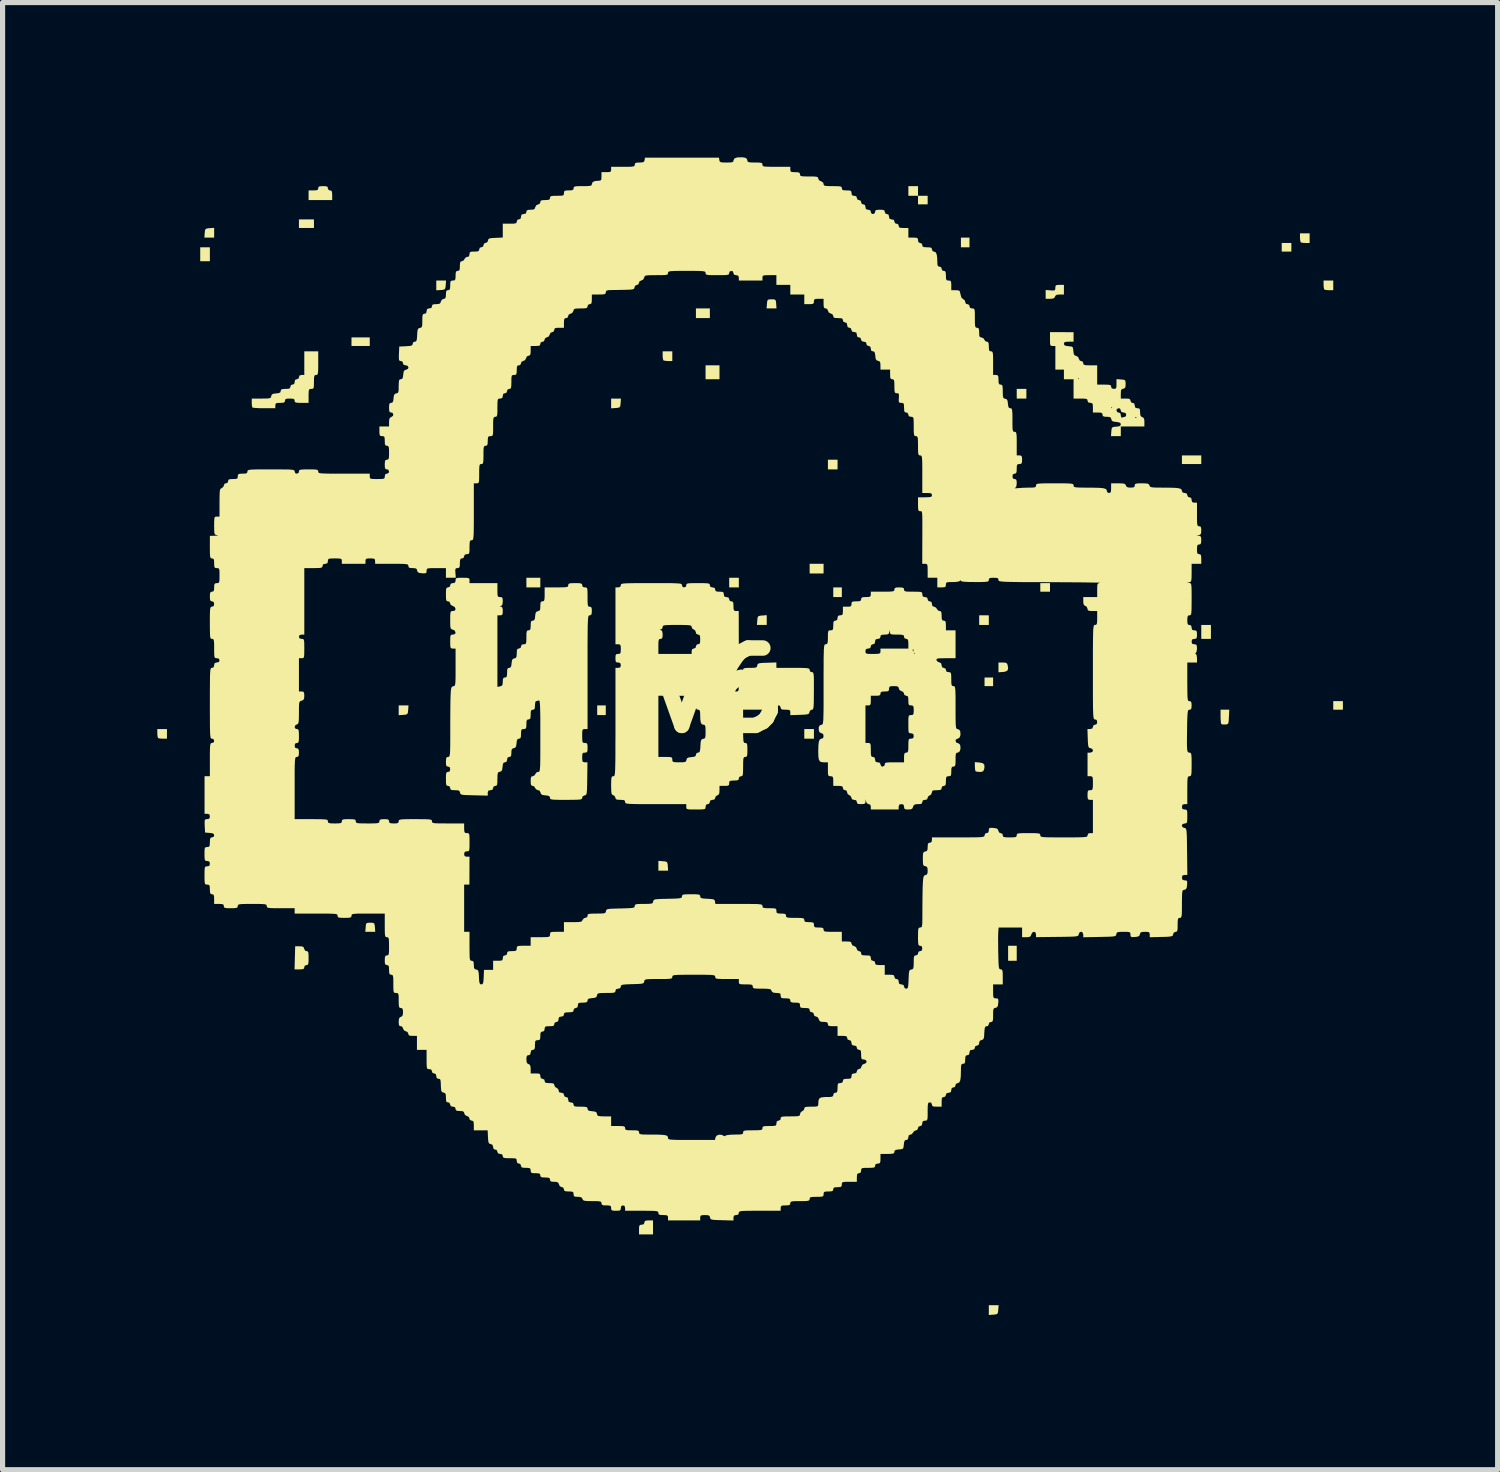
<source format=kicad_pcb>
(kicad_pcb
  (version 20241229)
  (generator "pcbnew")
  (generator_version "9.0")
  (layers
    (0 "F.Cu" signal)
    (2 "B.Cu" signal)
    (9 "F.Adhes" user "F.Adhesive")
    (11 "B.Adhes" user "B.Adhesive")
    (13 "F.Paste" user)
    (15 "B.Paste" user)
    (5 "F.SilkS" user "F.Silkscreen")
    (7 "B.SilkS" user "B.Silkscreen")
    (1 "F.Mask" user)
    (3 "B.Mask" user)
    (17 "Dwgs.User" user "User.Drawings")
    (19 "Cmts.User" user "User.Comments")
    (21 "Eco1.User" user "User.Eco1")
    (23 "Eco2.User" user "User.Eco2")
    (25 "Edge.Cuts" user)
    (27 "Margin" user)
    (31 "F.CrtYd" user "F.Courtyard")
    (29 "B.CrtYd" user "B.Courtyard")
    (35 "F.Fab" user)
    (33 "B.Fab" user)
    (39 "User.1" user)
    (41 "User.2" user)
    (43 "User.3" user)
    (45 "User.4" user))
  (footprint "iv6"
    (layer "F.Cu")
    (at 10.526 10.336)
    (property "Reference" "iv6" (at 0 0 0) (layer "F.SilkS") (effects (font (size 1.5 1.5) (thickness 0.3))))
    (attr board_only exclude_from_pos_files exclude_from_bom)
    (fp_poly (pts (xy -9.507 -8.456) (xy -9.507 -8.321) (xy -9.6 -8.321) (xy -9.694 -8.321) (xy -9.694 -8.456) (xy -9.694 -8.591) (xy -9.6 -8.591) (xy -9.507 -8.591)) (stroke (width 0) (type solid)) (fill yes) (layer "F.SilkS"))
    (fp_poly (pts (xy -7.489 -9.049) (xy -7.489 -8.966) (xy -7.635 -8.966) (xy -7.78 -8.966) (xy -7.78 -9.049) (xy -7.78 -9.132) (xy -7.635 -9.132) (xy -7.489 -9.132)) (stroke (width 0) (type solid)) (fill yes) (layer "F.SilkS"))
    (fp_poly (pts (xy -6.407 -6.761) (xy -6.407 -6.678) (xy -6.584 -6.678) (xy -6.761 -6.678) (xy -6.761 -6.761) (xy -6.761 -6.844) (xy -6.584 -6.844) (xy -6.407 -6.844)) (stroke (width 0) (type solid)) (fill yes) (layer "F.SilkS"))
    (fp_poly (pts (xy -3.1 -2.091) (xy -3.1 -1.997) (xy -3.235 -1.997) (xy -3.37 -1.997) (xy -3.37 -2.091) (xy -3.37 -2.184) (xy -3.235 -2.184) (xy -3.1 -2.184)) (stroke (width 0) (type solid)) (fill yes) (layer "F.SilkS"))
    (fp_poly (pts (xy -1.831 0.385) (xy -1.831 0.478) (xy -1.914 0.478) (xy -1.997 0.478) (xy -1.997 0.385) (xy -1.997 0.291) (xy -1.914 0.291) (xy -1.831 0.291)) (stroke (width 0) (type solid)) (fill yes) (layer "F.SilkS"))
    (fp_poly (pts (xy 0.187 -7.312) (xy 0.187 -7.219) (xy 0.052 -7.219) (xy -0.083 -7.219) (xy -0.083 -7.312) (xy -0.083 -7.406) (xy 0.052 -7.406) (xy 0.187 -7.406)) (stroke (width 0) (type solid)) (fill yes) (layer "F.SilkS"))
    (fp_poly (pts (xy 0.374 -6.168) (xy 0.374 -6.033) (xy 0.239 -6.033) (xy 0.104 -6.033) (xy 0.104 -6.168) (xy 0.104 -6.303) (xy 0.239 -6.303) (xy 0.374 -6.303)) (stroke (width 0) (type solid)) (fill yes) (layer "F.SilkS"))
    (fp_poly (pts (xy 0.749 -2.091) (xy 0.749 -1.997) (xy 0.655 -1.997) (xy 0.562 -1.997) (xy 0.562 -2.091) (xy 0.562 -2.184) (xy 0.655 -2.184) (xy 0.749 -2.184)) (stroke (width 0) (type solid)) (fill yes) (layer "F.SilkS"))
    (fp_poly (pts (xy 2.205 0.843) (xy 2.205 0.936) (xy 2.111 0.936) (xy 2.018 0.936) (xy 2.018 0.843) (xy 2.018 0.749) (xy 2.111 0.749) (xy 2.205 0.749)) (stroke (width 0) (type solid)) (fill yes) (layer "F.SilkS"))
    (fp_poly (pts (xy 2.392 -2.361) (xy 2.392 -2.267) (xy 2.257 -2.267) (xy 2.122 -2.267) (xy 2.122 -2.361) (xy 2.122 -2.455) (xy 2.257 -2.455) (xy 2.392 -2.455)) (stroke (width 0) (type solid)) (fill yes) (layer "F.SilkS"))
    (fp_poly (pts (xy 2.663 -4.379) (xy 2.663 -4.285) (xy 2.569 -4.285) (xy 2.476 -4.285) (xy 2.476 -4.379) (xy 2.476 -4.473) (xy 2.569 -4.473) (xy 2.663 -4.473)) (stroke (width 0) (type solid)) (fill yes) (layer "F.SilkS"))
    (fp_poly (pts (xy 2.746 -1.903) (xy 2.746 -1.81) (xy 2.663 -1.81) (xy 2.58 -1.81) (xy 2.58 -1.903) (xy 2.58 -1.997) (xy 2.663 -1.997) (xy 2.746 -1.997)) (stroke (width 0) (type solid)) (fill yes) (layer "F.SilkS"))
    (fp_poly (pts (xy 4.223 -9.684) (xy 4.223 -9.59) (xy 4.129 -9.59) (xy 4.036 -9.59) (xy 4.036 -9.684) (xy 4.036 -9.777) (xy 4.129 -9.777) (xy 4.223 -9.777)) (stroke (width 0) (type solid)) (fill yes) (layer "F.SilkS"))
    (fp_poly (pts (xy 4.41 -9.507) (xy 4.41 -9.424) (xy 4.317 -9.424) (xy 4.223 -9.424) (xy 4.223 -9.507) (xy 4.223 -9.59) (xy 4.317 -9.59) (xy 4.41 -9.59)) (stroke (width 0) (type solid)) (fill yes) (layer "F.SilkS"))
    (fp_poly (pts (xy 5.221 -8.685) (xy 5.221 -8.591) (xy 5.138 -8.591) (xy 5.055 -8.591) (xy 5.055 -8.685) (xy 5.055 -8.779) (xy 5.138 -8.779) (xy 5.221 -8.779)) (stroke (width 0) (type solid)) (fill yes) (layer "F.SilkS"))
    (fp_poly (pts (xy 5.596 -1.363) (xy 5.596 -1.269) (xy 5.502 -1.269) (xy 5.409 -1.269) (xy 5.409 -1.363) (xy 5.409 -1.456) (xy 5.502 -1.456) (xy 5.596 -1.456)) (stroke (width 0) (type solid)) (fill yes) (layer "F.SilkS"))
    (fp_poly (pts (xy 5.679 -0.166) (xy 5.679 -0.083) (xy 5.596 -0.083) (xy 5.513 -0.083) (xy 5.513 -0.166) (xy 5.513 -0.25) (xy 5.596 -0.25) (xy 5.679 -0.25)) (stroke (width 0) (type solid)) (fill yes) (layer "F.SilkS"))
    (fp_poly (pts (xy 6.137 5.097) (xy 6.137 5.242) (xy 6.054 5.242) (xy 5.97 5.242) (xy 5.97 5.097) (xy 5.97 4.951) (xy 6.054 4.951) (xy 6.137 4.951)) (stroke (width 0) (type solid)) (fill yes) (layer "F.SilkS"))
    (fp_poly (pts (xy 6.324 -5.752) (xy 6.324 -5.658) (xy 6.23 -5.658) (xy 6.137 -5.658) (xy 6.137 -5.752) (xy 6.137 -5.846) (xy 6.23 -5.846) (xy 6.324 -5.846)) (stroke (width 0) (type solid)) (fill yes) (layer "F.SilkS"))
    (fp_poly (pts (xy 6.782 -1.997) (xy 6.782 -1.914) (xy 6.688 -1.914) (xy 6.594 -1.914) (xy 6.594 -1.997) (xy 6.594 -2.08) (xy 6.688 -2.08) (xy 6.782 -2.08)) (stroke (width 0) (type solid)) (fill yes) (layer "F.SilkS"))
    (fp_poly (pts (xy 9.715 -4.473) (xy 9.715 -4.389) (xy 9.528 -4.389) (xy 9.34 -4.389) (xy 9.34 -4.473) (xy 9.34 -4.556) (xy 9.528 -4.556) (xy 9.715 -4.556)) (stroke (width 0) (type solid)) (fill yes) (layer "F.SilkS"))
    (fp_poly (pts (xy 9.902 -1.134) (xy 9.902 -0.999) (xy 9.808 -0.999) (xy 9.715 -0.999) (xy 9.715 -1.134) (xy 9.715 -1.269) (xy 9.808 -1.269) (xy 9.902 -1.269)) (stroke (width 0) (type solid)) (fill yes) (layer "F.SilkS"))
    (fp_poly (pts (xy 11.462 -8.591) (xy 11.462 -8.508) (xy 11.369 -8.508) (xy 11.275 -8.508) (xy 11.275 -8.591) (xy 11.275 -8.675) (xy 11.369 -8.675) (xy 11.462 -8.675)) (stroke (width 0) (type solid)) (fill yes) (layer "F.SilkS"))
    (fp_poly (pts (xy 12.461 0.291) (xy 12.461 0.374) (xy 12.367 0.374) (xy 12.274 0.374) (xy 12.274 0.291) (xy 12.274 0.208) (xy 12.367 0.208) (xy 12.461 0.208)) (stroke (width 0) (type solid)) (fill yes) (layer "F.SilkS"))
    (fp_poly (pts (xy -9.424 -8.874) (xy -9.424 -8.779) (xy -9.518 -8.779) (xy -9.613 -8.779) (xy -9.607 -8.867) (xy -9.601 -8.923) (xy -9.585 -8.949) (xy -9.547 -8.959) (xy -9.512 -8.962) (xy -9.424 -8.968)) (stroke (width 0) (type solid)) (fill yes) (layer "F.SilkS"))
    (fp_poly (pts (xy -5.662 0.38) (xy -5.668 0.435) (xy -5.684 0.462) (xy -5.722 0.472) (xy -5.757 0.474) (xy -5.846 0.481) (xy -5.846 0.386) (xy -5.846 0.291) (xy -5.751 0.291) (xy -5.656 0.291)) (stroke (width 0) (type solid)) (fill yes) (layer "F.SilkS"))
    (fp_poly (pts (xy -4.934 -7.858) (xy -4.94 -7.803) (xy -4.956 -7.776) (xy -4.994 -7.766) (xy -5.029 -7.763) (xy -5.117 -7.757) (xy -5.117 -7.852) (xy -5.117 -7.947) (xy -5.023 -7.947) (xy -4.928 -7.947)) (stroke (width 0) (type solid)) (fill yes) (layer "F.SilkS"))
    (fp_poly (pts (xy -1.543 -5.57) (xy -1.549 -5.514) (xy -1.565 -5.488) (xy -1.603 -5.478) (xy -1.638 -5.475) (xy -1.727 -5.469) (xy -1.727 -5.564) (xy -1.727 -5.658) (xy -1.632 -5.658) (xy -1.537 -5.658)) (stroke (width 0) (type solid)) (fill yes) (layer "F.SilkS"))
    (fp_poly (pts (xy -0.723 3.312) (xy -0.667 3.318) (xy -0.641 3.333) (xy -0.631 3.371) (xy -0.628 3.406) (xy -0.622 3.495) (xy -0.716 3.495) (xy -0.811 3.495) (xy -0.811 3.4) (xy -0.811 3.305)) (stroke (width 0) (type solid)) (fill yes) (layer "F.SilkS"))
    (fp_poly (pts (xy 1.29 -1.364) (xy 1.29 -1.269) (xy 1.195 -1.269) (xy 1.1 -1.269) (xy 1.107 -1.357) (xy 1.113 -1.413) (xy 1.128 -1.439) (xy 1.166 -1.449) (xy 1.201 -1.452) (xy 1.29 -1.459)) (stroke (width 0) (type solid)) (fill yes) (layer "F.SilkS"))
    (fp_poly (pts (xy 5.779 12.008) (xy 5.773 12.064) (xy 5.757 12.09) (xy 5.72 12.1) (xy 5.684 12.103) (xy 5.596 12.11) (xy 5.596 12.015) (xy 5.596 11.92) (xy 5.691 11.92) (xy 5.786 11.92)) (stroke (width 0) (type solid)) (fill yes) (layer "F.SilkS"))
    (fp_poly (pts (xy 5.922 -0.537) (xy 5.949 -0.52) (xy 5.961 -0.491) (xy 5.971 -0.422) (xy 5.953 -0.381) (xy 5.903 -0.361) (xy 5.871 -0.358) (xy 5.783 -0.351) (xy 5.783 -0.446) (xy 5.783 -0.541) (xy 5.866 -0.541)) (stroke (width 0) (type solid)) (fill yes) (layer "F.SilkS"))
    (fp_poly (pts (xy -10.339 0.843) (xy -10.339 0.936) (xy -10.419 0.936) (xy -10.474 0.933) (xy -10.509 0.925) (xy -10.512 0.922) (xy -10.521 0.894) (xy -10.526 0.842) (xy -10.526 0.829) (xy -10.526 0.749) (xy -10.433 0.749) (xy -10.339 0.749)) (stroke (width 0) (type solid)) (fill yes) (layer "F.SilkS"))
    (fp_poly (pts (xy -6.345 4.506) (xy -6.32 4.519) (xy -6.31 4.556) (xy -6.307 4.592) (xy -6.301 4.681) (xy -6.397 4.681) (xy -6.493 4.681) (xy -6.486 4.592) (xy -6.481 4.537) (xy -6.466 4.511) (xy -6.43 4.504) (xy -6.397 4.504)) (stroke (width 0) (type solid)) (fill yes) (layer "F.SilkS"))
    (fp_poly (pts (xy -0.541 -6.48) (xy -0.541 -6.386) (xy -0.621 -6.386) (xy -0.676 -6.39) (xy -0.711 -6.398) (xy -0.714 -6.4) (xy -0.723 -6.428) (xy -0.728 -6.48) (xy -0.728 -6.494) (xy -0.728 -6.574) (xy -0.634 -6.574) (xy -0.541 -6.574)) (stroke (width 0) (type solid)) (fill yes) (layer "F.SilkS"))
    (fp_poly (pts (xy 1.436 -7.581) (xy 1.461 -7.567) (xy 1.47 -7.53) (xy 1.473 -7.494) (xy 1.479 -7.406) (xy 1.383 -7.406) (xy 1.287 -7.406) (xy 1.294 -7.494) (xy 1.3 -7.55) (xy 1.314 -7.575) (xy 1.35 -7.582) (xy 1.383 -7.583)) (stroke (width 0) (type solid)) (fill yes) (layer "F.SilkS"))
    (fp_poly (pts (xy 11.816 -8.768) (xy 11.816 -8.675) (xy 11.736 -8.675) (xy 11.681 -8.678) (xy 11.646 -8.686) (xy 11.643 -8.689) (xy 11.634 -8.717) (xy 11.629 -8.769) (xy 11.629 -8.782) (xy 11.629 -8.862) (xy 11.722 -8.862) (xy 11.816 -8.862)) (stroke (width 0) (type solid)) (fill yes) (layer "F.SilkS"))
    (fp_poly (pts (xy 12.274 -7.853) (xy 12.274 -7.759) (xy 12.194 -7.759) (xy 12.139 -7.763) (xy 12.104 -7.771) (xy 12.1 -7.773) (xy 12.091 -7.801) (xy 12.087 -7.853) (xy 12.086 -7.867) (xy 12.086 -7.947) (xy 12.18 -7.947) (xy 12.274 -7.947)) (stroke (width 0) (type solid)) (fill yes) (layer "F.SilkS"))
    (fp_poly (pts (xy 10.251 0.515) (xy 10.247 0.589) (xy 10.241 0.632) (xy 10.226 0.652) (xy 10.2 0.66) (xy 10.182 0.661) (xy 10.133 0.661) (xy 10.104 0.653) (xy 10.096 0.626) (xy 10.091 0.57) (xy 10.089 0.506) (xy 10.089 0.374) (xy 10.173 0.374) (xy 10.258 0.374)) (stroke (width 0) (type solid)) (fill yes) (layer "F.SilkS"))
    (fp_poly (pts (xy -0.915 10.412) (xy -0.915 10.547) (xy -1.051 10.547) (xy -1.186 10.547) (xy -1.186 10.453) (xy -1.184 10.396) (xy -1.173 10.368) (xy -1.148 10.36) (xy -1.134 10.36) (xy -1.093 10.35) (xy -1.082 10.318) (xy -1.075 10.291) (xy -1.047 10.279) (xy -0.999 10.276) (xy -0.915 10.276)) (stroke (width 0) (type solid)) (fill yes) (layer "F.SilkS"))
    (fp_poly (pts (xy 5.414 1.398) (xy 5.478 1.411) (xy 5.509 1.441) (xy 5.511 1.498) (xy 5.504 1.531) (xy 5.486 1.567) (xy 5.448 1.58) (xy 5.422 1.581) (xy 5.371 1.577) (xy 5.34 1.568) (xy 5.339 1.567) (xy 5.33 1.539) (xy 5.326 1.487) (xy 5.325 1.472) (xy 5.325 1.391)) (stroke (width 0) (type solid)) (fill yes) (layer "F.SilkS"))
    (fp_poly (pts (xy 7.052 -7.77) (xy 7.052 -7.676) (xy 6.971 -7.676) (xy 6.915 -7.671) (xy 6.887 -7.652) (xy 6.88 -7.635) (xy 6.863 -7.607) (xy 6.825 -7.595) (xy 6.784 -7.593) (xy 6.698 -7.593) (xy 6.698 -7.678) (xy 6.698 -7.764) (xy 6.792 -7.756) (xy 6.85 -7.753) (xy 6.877 -7.761) (xy 6.885 -7.784) (xy 6.886 -7.806) (xy 6.889 -7.843) (xy 6.909 -7.859) (xy 6.955 -7.863) (xy 6.969 -7.863) (xy 7.052 -7.863)) (stroke (width 0) (type solid)) (fill yes) (layer "F.SilkS"))
    (fp_poly (pts (xy -7.715 4.965) (xy -7.689 4.98) (xy -7.68 5.008) (xy -7.659 5.047) (xy -7.633 5.055) (xy -7.611 5.06) (xy -7.599 5.08) (xy -7.594 5.124) (xy -7.593 5.19) (xy -7.594 5.263) (xy -7.6 5.304) (xy -7.613 5.322) (xy -7.635 5.325) (xy -7.669 5.34) (xy -7.676 5.367) (xy -7.682 5.393) (xy -7.708 5.405) (xy -7.763 5.409) (xy -7.77 5.409) (xy -7.865 5.409) (xy -7.859 5.185) (xy -7.853 4.961) (xy -7.77 4.961)) (stroke (width 0) (type solid)) (fill yes) (layer "F.SilkS"))
    (fp_poly (pts (xy -7.254 -9.775) (xy -7.226 -9.763) (xy -7.219 -9.739) (xy -7.219 -9.736) (xy -7.204 -9.701) (xy -7.177 -9.694) (xy -7.151 -9.688) (xy -7.139 -9.662) (xy -7.135 -9.607) (xy -7.135 -9.6) (xy -7.135 -9.507) (xy -7.364 -9.507) (xy -7.593 -9.507) (xy -7.593 -9.6) (xy -7.593 -9.694) (xy -7.499 -9.694) (xy -7.441 -9.697) (xy -7.413 -9.708) (xy -7.406 -9.733) (xy -7.406 -9.736) (xy -7.4 -9.762) (xy -7.374 -9.774) (xy -7.319 -9.777) (xy -7.312 -9.777)) (stroke (width 0) (type solid)) (fill yes) (layer "F.SilkS"))
    (fp_poly (pts (xy -7.406 -6.345) (xy -7.406 -6.245) (xy -7.409 -6.179) (xy -7.414 -6.14) (xy -7.424 -6.122) (xy -7.439 -6.116) (xy -7.447 -6.116) (xy -7.47 -6.112) (xy -7.482 -6.093) (xy -7.488 -6.05) (xy -7.489 -5.981) (xy -7.49 -5.908) (xy -7.495 -5.868) (xy -7.508 -5.85) (xy -7.532 -5.846) (xy -7.541 -5.846) (xy -7.569 -5.843) (xy -7.584 -5.83) (xy -7.591 -5.796) (xy -7.593 -5.732) (xy -7.593 -5.71) (xy -7.593 -5.575) (xy -7.728 -5.575) (xy -7.801 -5.576) (xy -7.842 -5.582) (xy -7.86 -5.595) (xy -7.863 -5.617) (xy -7.87 -5.643) (xy -7.895 -5.655) (xy -7.95 -5.658) (xy -7.957 -5.658) (xy -8.016 -5.656) (xy -8.043 -5.644) (xy -8.051 -5.62) (xy -8.051 -5.617) (xy -8.057 -5.591) (xy -8.082 -5.578) (xy -8.138 -5.575) (xy -8.144 -5.575) (xy -8.202 -5.573) (xy -8.229 -5.562) (xy -8.237 -5.537) (xy -8.238 -5.523) (xy -8.238 -5.471) (xy -8.453 -5.471) (xy -8.544 -5.472) (xy -8.618 -5.476) (xy -8.667 -5.481) (xy -8.682 -5.485) (xy -8.691 -5.513) (xy -8.695 -5.565) (xy -8.695 -5.579) (xy -8.695 -5.658) (xy -8.51 -5.658) (xy -8.421 -5.659) (xy -8.366 -5.662) (xy -8.336 -5.67) (xy -8.322 -5.684) (xy -8.317 -5.705) (xy -8.306 -5.736) (xy -8.275 -5.752) (xy -8.222 -5.758) (xy -8.165 -5.766) (xy -8.139 -5.782) (xy -8.134 -5.805) (xy -8.127 -5.83) (xy -8.101 -5.842) (xy -8.044 -5.846) (xy -8.04 -5.846) (xy -7.982 -5.848) (xy -7.954 -5.86) (xy -7.947 -5.884) (xy -7.947 -5.887) (xy -7.932 -5.922) (xy -7.905 -5.929) (xy -7.872 -5.941) (xy -7.863 -5.981) (xy -7.854 -6.022) (xy -7.822 -6.033) (xy -7.787 -6.047) (xy -7.78 -6.074) (xy -7.768 -6.107) (xy -7.728 -6.116) (xy -7.676 -6.116) (xy -7.676 -6.345) (xy -7.676 -6.574) (xy -7.541 -6.574) (xy -7.406 -6.574)) (stroke (width 0) (type solid)) (fill yes) (layer "F.SilkS"))
    (fp_poly (pts (xy 7.01 -6.946) (xy 7.239 -6.945) (xy 7.239 -6.853) (xy 7.239 -6.761) (xy 7.146 -6.761) (xy 7.087 -6.758) (xy 7.059 -6.747) (xy 7.052 -6.722) (xy 7.052 -6.72) (xy 7.06 -6.694) (xy 7.091 -6.68) (xy 7.14 -6.674) (xy 7.196 -6.668) (xy 7.223 -6.652) (xy 7.232 -6.614) (xy 7.235 -6.58) (xy 7.243 -6.523) (xy 7.261 -6.495) (xy 7.287 -6.487) (xy 7.328 -6.463) (xy 7.34 -6.433) (xy 7.36 -6.394) (xy 7.386 -6.386) (xy 7.42 -6.371) (xy 7.427 -6.345) (xy 7.431 -6.322) (xy 7.45 -6.31) (xy 7.492 -6.304) (xy 7.562 -6.303) (xy 7.697 -6.303) (xy 7.697 -6.116) (xy 7.697 -5.929) (xy 7.832 -5.929) (xy 7.905 -5.927) (xy 7.946 -5.922) (xy 7.964 -5.909) (xy 7.967 -5.887) (xy 7.98 -5.855) (xy 8.019 -5.846) (xy 8.051 -5.849) (xy 8.067 -5.868) (xy 8.071 -5.913) (xy 8.071 -5.94) (xy 8.071 -6.035) (xy 8.16 -6.029) (xy 8.215 -6.023) (xy 8.241 -6.008) (xy 8.248 -5.973) (xy 8.248 -5.939) (xy 8.245 -5.884) (xy 8.229 -5.858) (xy 8.201 -5.849) (xy 8.172 -5.839) (xy 8.158 -5.813) (xy 8.155 -5.758) (xy 8.155 -5.75) (xy 8.155 -5.658) (xy 8.248 -5.658) (xy 8.307 -5.656) (xy 8.334 -5.644) (xy 8.342 -5.62) (xy 8.342 -5.617) (xy 8.357 -5.582) (xy 8.383 -5.575) (xy 8.416 -5.563) (xy 8.425 -5.523) (xy 8.434 -5.484) (xy 8.467 -5.471) (xy 8.477 -5.471) (xy 8.511 -5.466) (xy 8.526 -5.444) (xy 8.529 -5.393) (xy 8.529 -5.39) (xy 8.534 -5.334) (xy 8.553 -5.306) (xy 8.571 -5.299) (xy 8.598 -5.282) (xy 8.611 -5.244) (xy 8.612 -5.203) (xy 8.612 -5.117) (xy 8.383 -5.117) (xy 8.155 -5.117) (xy 8.155 -5.024) (xy 8.155 -4.93) (xy 8.06 -4.93) (xy 7.965 -4.93) (xy 7.971 -5.019) (xy 7.977 -5.074) (xy 7.993 -5.101) (xy 8.031 -5.111) (xy 8.066 -5.113) (xy 8.124 -5.121) (xy 8.15 -5.138) (xy 8.155 -5.159) (xy 8.146 -5.185) (xy 8.113 -5.199) (xy 8.066 -5.205) (xy 8.008 -5.213) (xy 7.981 -5.23) (xy 7.971 -5.258) (xy 7.96 -5.289) (xy 7.93 -5.302) (xy 7.883 -5.305) (xy 7.829 -5.308) (xy 7.805 -5.323) (xy 7.801 -5.346) (xy 7.795 -5.372) (xy 7.769 -5.385) (xy 7.714 -5.388) (xy 7.707 -5.388) (xy 7.614 -5.388) (xy 7.614 -5.429) (xy 8.071 -5.429) (xy 8.086 -5.395) (xy 8.113 -5.388) (xy 8.145 -5.376) (xy 8.155 -5.335) (xy 8.155 -5.334) (xy 8.161 -5.295) (xy 8.183 -5.29) (xy 8.188 -5.292) (xy 8.208 -5.298) (xy 8.432 -5.298) (xy 8.435 -5.285) (xy 8.446 -5.284) (xy 8.463 -5.291) (xy 8.46 -5.298) (xy 8.435 -5.3) (xy 8.432 -5.298) (xy 8.208 -5.298) (xy 8.227 -5.303) (xy 8.24 -5.305) (xy 8.255 -5.322) (xy 8.259 -5.346) (xy 8.246 -5.379) (xy 8.207 -5.388) (xy 8.166 -5.398) (xy 8.155 -5.429) (xy 8.14 -5.464) (xy 8.113 -5.471) (xy 8.078 -5.456) (xy 8.071 -5.429) (xy 7.614 -5.429) (xy 7.614 -5.481) (xy 7.967 -5.481) (xy 7.978 -5.471) (xy 7.988 -5.481) (xy 7.978 -5.492) (xy 7.967 -5.481) (xy 7.614 -5.481) (xy 7.612 -5.539) (xy 7.601 -5.567) (xy 7.576 -5.575) (xy 7.562 -5.575) (xy 7.521 -5.585) (xy 7.51 -5.617) (xy 7.506 -5.639) (xy 7.487 -5.652) (xy 7.444 -5.657) (xy 7.375 -5.658) (xy 7.239 -5.658) (xy 7.239 -5.846) (xy 7.239 -6.033) (xy 7.146 -6.033) (xy 7.052 -6.033) (xy 7.052 -6.043) (xy 7.323 -6.043) (xy 7.333 -6.033) (xy 7.343 -6.043) (xy 7.333 -6.054) (xy 7.323 -6.043) (xy 7.052 -6.043) (xy 7.052 -6.126) (xy 7.052 -6.22) (xy 6.969 -6.22) (xy 6.886 -6.22) (xy 6.886 -6.449) (xy 6.886 -6.678) (xy 6.834 -6.678) (xy 6.806 -6.68) (xy 6.79 -6.693) (xy 6.783 -6.727) (xy 6.782 -6.791) (xy 6.782 -6.813) (xy 6.782 -6.947)) (stroke (width 0) (type solid)) (fill yes) (layer "F.SilkS"))
    (fp_poly (pts (xy -4.535 -2.183) (xy -4.495 -2.178) (xy -4.477 -2.165) (xy -4.473 -2.141) (xy -4.473 -2.132) (xy -4.473 -2.08) (xy -4.202 -2.08) (xy -3.932 -2.08) (xy -3.932 -1.945) (xy -3.931 -1.872) (xy -3.926 -1.832) (xy -3.913 -1.814) (xy -3.888 -1.81) (xy -3.88 -1.81) (xy -3.846 -1.805) (xy -3.831 -1.783) (xy -3.828 -1.733) (xy -3.828 -1.728) (xy -3.834 -1.669) (xy -3.854 -1.641) (xy -3.864 -1.637) (xy -3.89 -1.629) (xy -3.875 -1.626) (xy -3.864 -1.625) (xy -3.84 -1.613) (xy -3.829 -1.576) (xy -3.828 -1.539) (xy -3.831 -1.486) (xy -3.844 -1.462) (xy -3.875 -1.456) (xy -3.88 -1.456) (xy -3.932 -1.456) (xy -3.932 -0.762) (xy -3.932 -0.068) (xy -3.88 -0.078) (xy -3.845 -0.091) (xy -3.831 -0.119) (xy -3.828 -0.169) (xy -3.824 -0.222) (xy -3.809 -0.246) (xy -3.786 -0.25) (xy -3.76 -0.256) (xy -3.748 -0.281) (xy -3.744 -0.337) (xy -3.744 -0.343) (xy -3.742 -0.402) (xy -3.73 -0.43) (xy -3.706 -0.437) (xy -3.704 -0.437) (xy -3.677 -0.445) (xy -3.663 -0.476) (xy -3.657 -0.525) (xy -3.649 -0.583) (xy -3.632 -0.611) (xy -3.604 -0.62) (xy -3.575 -0.63) (xy -3.561 -0.657) (xy -3.557 -0.711) (xy -3.557 -0.719) (xy -3.554 -0.777) (xy -3.543 -0.804) (xy -3.518 -0.811) (xy -3.516 -0.811) (xy -3.481 -0.826) (xy -3.474 -0.853) (xy -3.462 -0.886) (xy -3.422 -0.895) (xy -3.394 -0.897) (xy -3.379 -0.91) (xy -3.372 -0.944) (xy -3.37 -1.008) (xy -3.37 -1.03) (xy -3.369 -1.103) (xy -3.363 -1.144) (xy -3.35 -1.161) (xy -3.328 -1.165) (xy -3.302 -1.171) (xy -3.29 -1.197) (xy -3.287 -1.252) (xy -3.287 -1.259) (xy -3.284 -1.317) (xy -3.273 -1.345) (xy -3.248 -1.352) (xy -3.246 -1.352) (xy -3.22 -1.36) (xy -3.205 -1.392) (xy -3.2 -1.441) (xy -3.192 -1.498) (xy -3.174 -1.526) (xy -3.146 -1.536) (xy -3.117 -1.546) (xy -3.103 -1.572) (xy -3.1 -1.627) (xy -3.1 -1.634) (xy -3.097 -1.692) (xy -3.085 -1.72) (xy -3.06 -1.727) (xy -3.058 -1.727) (xy -3.035 -1.731) (xy -3.023 -1.75) (xy -3.017 -1.792) (xy -3.016 -1.862) (xy -3.016 -1.997) (xy -2.788 -1.997) (xy -2.687 -1.998) (xy -2.622 -2) (xy -2.583 -2.005) (xy -2.565 -2.015) (xy -2.559 -2.031) (xy -2.559 -2.039) (xy -2.555 -2.061) (xy -2.536 -2.074) (xy -2.493 -2.079) (xy -2.424 -2.08) (xy -2.35 -2.079) (xy -2.31 -2.073) (xy -2.292 -2.06) (xy -2.288 -2.039) (xy -2.276 -2.006) (xy -2.236 -1.997) (xy -2.212 -1.996) (xy -2.196 -1.986) (xy -2.188 -1.96) (xy -2.185 -1.909) (xy -2.184 -1.826) (xy -2.184 -1.81) (xy -2.184 -1.721) (xy -2.18 -1.666) (xy -2.173 -1.636) (xy -2.159 -1.624) (xy -2.143 -1.623) (xy -2.115 -1.616) (xy -2.103 -1.587) (xy -2.101 -1.539) (xy -2.105 -1.485) (xy -2.119 -1.461) (xy -2.143 -1.456) (xy -2.152 -1.455) (xy -2.159 -1.451) (xy -2.166 -1.439) (xy -2.171 -1.417) (xy -2.175 -1.381) (xy -2.178 -1.328) (xy -2.181 -1.254) (xy -2.182 -1.158) (xy -2.183 -1.034) (xy -2.184 -0.88) (xy -2.184 -0.692) (xy -2.184 -0.468) (xy -2.184 -0.354) (xy -2.184 0.749) (xy -2.236 0.749) (xy -2.264 0.751) (xy -2.28 0.765) (xy -2.287 0.798) (xy -2.288 0.862) (xy -2.288 0.884) (xy -2.287 0.957) (xy -2.282 0.997) (xy -2.269 1.015) (xy -2.245 1.019) (xy -2.236 1.019) (xy -2.204 1.023) (xy -2.189 1.042) (xy -2.184 1.088) (xy -2.184 1.113) (xy -2.186 1.171) (xy -2.197 1.198) (xy -2.222 1.206) (xy -2.236 1.207) (xy -2.268 1.21) (xy -2.284 1.23) (xy -2.288 1.275) (xy -2.288 1.3) (xy -2.286 1.358) (xy -2.275 1.385) (xy -2.25 1.393) (xy -2.237 1.394) (xy -2.186 1.394) (xy -2.19 1.711) (xy -2.192 1.832) (xy -2.195 1.918) (xy -2.199 1.974) (xy -2.205 2.008) (xy -2.215 2.026) (xy -2.229 2.033) (xy -2.241 2.035) (xy -2.281 2.056) (xy -2.288 2.082) (xy -2.291 2.097) (xy -2.302 2.108) (xy -2.328 2.115) (xy -2.375 2.119) (xy -2.45 2.121) (xy -2.558 2.122) (xy -2.6 2.122) (xy -2.72 2.122) (xy -2.805 2.12) (xy -2.86 2.117) (xy -2.892 2.111) (xy -2.908 2.101) (xy -2.912 2.087) (xy -2.912 2.081) (xy -2.921 2.055) (xy -2.952 2.041) (xy -3.001 2.035) (xy -3.058 2.027) (xy -3.086 2.01) (xy -3.096 1.981) (xy -3.116 1.942) (xy -3.145 1.935) (xy -3.185 1.917) (xy -3.198 1.893) (xy -3.223 1.859) (xy -3.248 1.851) (xy -3.272 1.844) (xy -3.284 1.817) (xy -3.287 1.758) (xy -3.284 1.699) (xy -3.272 1.671) (xy -3.248 1.664) (xy -3.211 1.647) (xy -3.198 1.623) (xy -3.17 1.587) (xy -3.143 1.581) (xy -3.131 1.58) (xy -3.122 1.575) (xy -3.115 1.561) (xy -3.109 1.535) (xy -3.105 1.492) (xy -3.102 1.428) (xy -3.101 1.339) (xy -3.1 1.221) (xy -3.1 1.069) (xy -3.1 0.882) (xy -3.1 0.692) (xy -3.1 0.54) (xy -3.102 0.421) (xy -3.104 0.333) (xy -3.107 0.27) (xy -3.111 0.228) (xy -3.116 0.205) (xy -3.124 0.195) (xy -3.132 0.195) (xy -3.172 0.207) (xy -3.185 0.208) (xy -3.196 0.226) (xy -3.203 0.273) (xy -3.204 0.291) (xy -3.207 0.346) (xy -3.221 0.37) (xy -3.245 0.374) (xy -3.271 0.381) (xy -3.284 0.406) (xy -3.287 0.461) (xy -3.287 0.468) (xy -3.29 0.527) (xy -3.301 0.554) (xy -3.325 0.562) (xy -3.328 0.562) (xy -3.354 0.568) (xy -3.367 0.593) (xy -3.37 0.649) (xy -3.37 0.655) (xy -3.372 0.713) (xy -3.383 0.74) (xy -3.408 0.749) (xy -3.422 0.749) (xy -3.454 0.753) (xy -3.469 0.772) (xy -3.474 0.817) (xy -3.474 0.843) (xy -3.477 0.901) (xy -3.488 0.929) (xy -3.513 0.936) (xy -3.514 0.936) (xy -3.541 0.944) (xy -3.555 0.975) (xy -3.561 1.025) (xy -3.569 1.082) (xy -3.586 1.11) (xy -3.614 1.12) (xy -3.645 1.131) (xy -3.659 1.16) (xy -3.661 1.208) (xy -3.665 1.262) (xy -3.679 1.285) (xy -3.703 1.29) (xy -3.735 1.302) (xy -3.744 1.342) (xy -3.754 1.383) (xy -3.785 1.394) (xy -3.812 1.402) (xy -3.826 1.433) (xy -3.832 1.482) (xy -3.84 1.54) (xy -3.857 1.568) (xy -3.885 1.577) (xy -3.91 1.584) (xy -3.924 1.604) (xy -3.93 1.644) (xy -3.932 1.717) (xy -3.932 1.718) (xy -3.933 1.79) (xy -3.939 1.831) (xy -3.952 1.848) (xy -3.973 1.851) (xy -4.008 1.866) (xy -4.015 1.893) (xy -4.027 1.926) (xy -4.067 1.935) (xy -4.106 1.943) (xy -4.119 1.977) (xy -4.119 1.987) (xy -4.119 2.04) (xy -4.384 2.034) (xy -4.493 2.031) (xy -4.568 2.028) (xy -4.614 2.023) (xy -4.64 2.014) (xy -4.652 2.001) (xy -4.656 1.981) (xy -4.666 1.952) (xy -4.692 1.938) (xy -4.747 1.935) (xy -4.755 1.935) (xy -4.813 1.932) (xy -4.84 1.92) (xy -4.847 1.895) (xy -4.847 1.893) (xy -4.862 1.858) (xy -4.889 1.851) (xy -4.911 1.847) (xy -4.924 1.828) (xy -4.929 1.786) (xy -4.93 1.716) (xy -4.929 1.643) (xy -4.923 1.602) (xy -4.91 1.585) (xy -4.889 1.581) (xy -4.856 1.569) (xy -4.847 1.529) (xy -4.857 1.488) (xy -4.889 1.477) (xy -4.915 1.471) (xy -4.927 1.445) (xy -4.93 1.39) (xy -4.93 1.383) (xy -4.927 1.325) (xy -4.916 1.297) (xy -4.892 1.29) (xy -4.889 1.29) (xy -4.875 1.288) (xy -4.865 1.28) (xy -4.857 1.26) (xy -4.852 1.224) (xy -4.849 1.165) (xy -4.847 1.08) (xy -4.846 0.962) (xy -4.846 0.837) (xy -4.846 0.619) (xy -4.845 0.439) (xy -4.844 0.293) (xy -4.842 0.178) (xy -4.839 0.09) (xy -4.836 0.025) (xy -4.831 -0.021) (xy -4.824 -0.05) (xy -4.816 -0.067) (xy -4.806 -0.075) (xy -4.793 -0.079) (xy -4.79 -0.079) (xy -4.773 -0.083) (xy -4.761 -0.092) (xy -4.752 -0.112) (xy -4.747 -0.149) (xy -4.744 -0.209) (xy -4.743 -0.298) (xy -4.743 -0.422) (xy -4.743 -0.449) (xy -4.743 -0.811) (xy -4.795 -0.811) (xy -4.823 -0.814) (xy -4.839 -0.827) (xy -4.845 -0.861) (xy -4.847 -0.924) (xy -4.847 -0.947) (xy -4.846 -1.019) (xy -4.841 -1.06) (xy -4.828 -1.077) (xy -4.803 -1.082) (xy -4.795 -1.082) (xy -4.754 -1.092) (xy -4.743 -1.123) (xy -4.762 -1.162) (xy -4.795 -1.177) (xy -4.82 -1.186) (xy -4.836 -1.201) (xy -4.844 -1.233) (xy -4.847 -1.29) (xy -4.847 -1.365) (xy -4.847 -1.45) (xy -4.843 -1.501) (xy -4.835 -1.528) (xy -4.819 -1.538) (xy -4.795 -1.539) (xy -4.754 -1.549) (xy -4.743 -1.581) (xy -4.762 -1.619) (xy -4.795 -1.635) (xy -4.838 -1.66) (xy -4.847 -1.687) (xy -4.863 -1.72) (xy -4.889 -1.727) (xy -4.911 -1.731) (xy -4.924 -1.75) (xy -4.929 -1.792) (xy -4.93 -1.862) (xy -4.929 -1.935) (xy -4.923 -1.976) (xy -4.91 -1.993) (xy -4.889 -1.997) (xy -4.854 -2.012) (xy -4.847 -2.039) (xy -4.835 -2.071) (xy -4.795 -2.08) (xy -4.755 -2.089) (xy -4.743 -2.123) (xy -4.743 -2.132) (xy -4.741 -2.16) (xy -4.727 -2.176) (xy -4.693 -2.183) (xy -4.63 -2.184) (xy -4.608 -2.184)) (stroke (width 0) (type solid)) (fill yes) (layer "F.SilkS"))
    (fp_poly (pts (xy -0.774 -2.08) (xy -0.639 -2.08) (xy -0.536 -2.079) (xy -0.462 -2.076) (xy -0.411 -2.073) (xy -0.379 -2.068) (xy -0.362 -2.06) (xy -0.355 -2.051) (xy -0.354 -2.039) (xy -0.354 -2.039) (xy -0.339 -2.004) (xy -0.312 -1.997) (xy -0.277 -2.012) (xy -0.27 -2.039) (xy -0.268 -2.057) (xy -0.255 -2.069) (xy -0.225 -2.076) (xy -0.171 -2.079) (xy -0.085 -2.08) (xy -0.042 -2.08) (xy 0.059 -2.08) (xy 0.124 -2.077) (xy 0.163 -2.072) (xy 0.181 -2.062) (xy 0.187 -2.046) (xy 0.187 -2.039) (xy 0.199 -2.006) (xy 0.239 -1.997) (xy 0.28 -1.987) (xy 0.291 -1.955) (xy 0.298 -1.928) (xy 0.326 -1.916) (xy 0.374 -1.914) (xy 0.428 -1.911) (xy 0.452 -1.898) (xy 0.458 -1.866) (xy 0.458 -1.862) (xy 0.466 -1.822) (xy 0.5 -1.81) (xy 0.51 -1.81) (xy 0.55 -1.8) (xy 0.562 -1.768) (xy 0.576 -1.733) (xy 0.603 -1.727) (xy 0.629 -1.72) (xy 0.642 -1.695) (xy 0.645 -1.64) (xy 0.645 -1.633) (xy 0.647 -1.575) (xy 0.658 -1.548) (xy 0.683 -1.54) (xy 0.696 -1.539) (xy 0.747 -1.539) (xy 0.748 -1.04) (xy 0.75 -0.541) (xy 0.697 -0.541) (xy 0.665 -0.537) (xy 0.65 -0.518) (xy 0.645 -0.473) (xy 0.645 -0.447) (xy 0.642 -0.389) (xy 0.631 -0.361) (xy 0.606 -0.354) (xy 0.603 -0.354) (xy 0.568 -0.339) (xy 0.562 -0.314) (xy 0.55 -0.276) (xy 0.536 -0.263) (xy 0.52 -0.254) (xy 0.536 -0.251) (xy 0.557 -0.232) (xy 0.562 -0.208) (xy 0.576 -0.173) (xy 0.603 -0.166) (xy 0.629 -0.16) (xy 0.642 -0.135) (xy 0.645 -0.08) (xy 0.645 -0.073) (xy 0.647 -0.015) (xy 0.658 0.012) (xy 0.683 0.02) (xy 0.697 0.021) (xy 0.722 0.019) (xy 0.737 0.01) (xy 0.745 -0.017) (xy 0.748 -0.067) (xy 0.749 -0.15) (xy 0.749 -0.166) (xy 0.75 -0.255) (xy 0.753 -0.311) (xy 0.76 -0.34) (xy 0.774 -0.352) (xy 0.79 -0.354) (xy 0.825 -0.368) (xy 0.832 -0.395) (xy 0.836 -0.418) (xy 0.855 -0.43) (xy 0.898 -0.436) (xy 0.966 -0.437) (xy 1.039 -0.438) (xy 1.08 -0.444) (xy 1.099 -0.458) (xy 1.106 -0.483) (xy 1.106 -0.484) (xy 1.112 -0.506) (xy 1.128 -0.521) (xy 1.162 -0.529) (xy 1.223 -0.534) (xy 1.295 -0.536) (xy 1.477 -0.542) (xy 1.477 -0.49) (xy 1.477 -0.437) (xy 1.799 -0.437) (xy 1.922 -0.437) (xy 2.008 -0.435) (xy 2.066 -0.432) (xy 2.099 -0.426) (xy 2.116 -0.417) (xy 2.121 -0.404) (xy 2.122 -0.395) (xy 2.137 -0.361) (xy 2.164 -0.354) (xy 2.179 -0.352) (xy 2.19 -0.343) (xy 2.197 -0.321) (xy 2.202 -0.28) (xy 2.204 -0.215) (xy 2.204 -0.119) (xy 2.204 0.01) (xy 2.203 0.142) (xy 2.202 0.237) (xy 2.199 0.302) (xy 2.194 0.343) (xy 2.186 0.364) (xy 2.175 0.373) (xy 2.164 0.374) (xy 2.129 0.392) (xy 2.118 0.421) (xy 2.112 0.444) (xy 2.096 0.458) (xy 2.062 0.466) (xy 2.002 0.471) (xy 1.929 0.474) (xy 1.747 0.48) (xy 1.747 0.427) (xy 1.744 0.395) (xy 1.725 0.379) (xy 1.68 0.375) (xy 1.654 0.374) (xy 1.595 0.372) (xy 1.568 0.36) (xy 1.56 0.336) (xy 1.56 0.333) (xy 1.545 0.298) (xy 1.519 0.291) (xy 1.484 0.306) (xy 1.477 0.333) (xy 1.475 0.349) (xy 1.465 0.36) (xy 1.441 0.367) (xy 1.396 0.372) (xy 1.326 0.374) (xy 1.223 0.374) (xy 1.155 0.374) (xy 0.832 0.374) (xy 0.832 0.697) (xy 0.832 0.819) (xy 0.834 0.906) (xy 0.837 0.963) (xy 0.842 0.997) (xy 0.852 1.014) (xy 0.865 1.019) (xy 0.874 1.019) (xy 0.896 1.024) (xy 0.909 1.042) (xy 0.914 1.085) (xy 0.915 1.155) (xy 0.914 1.228) (xy 0.908 1.269) (xy 0.895 1.286) (xy 0.874 1.29) (xy 0.854 1.293) (xy 0.842 1.308) (xy 0.835 1.342) (xy 0.833 1.403) (xy 0.832 1.477) (xy 0.831 1.566) (xy 0.828 1.621) (xy 0.821 1.651) (xy 0.807 1.662) (xy 0.79 1.664) (xy 0.756 1.679) (xy 0.749 1.706) (xy 0.743 1.732) (xy 0.717 1.744) (xy 0.662 1.747) (xy 0.655 1.747) (xy 0.598 1.75) (xy 0.57 1.76) (xy 0.562 1.785) (xy 0.562 1.799) (xy 0.558 1.832) (xy 0.539 1.847) (xy 0.493 1.851) (xy 0.468 1.851) (xy 0.374 1.851) (xy 0.374 1.937) (xy 0.37 1.995) (xy 0.353 2.024) (xy 0.333 2.033) (xy 0.299 2.058) (xy 0.291 2.083) (xy 0.278 2.114) (xy 0.239 2.122) (xy 0.198 2.132) (xy 0.187 2.163) (xy 0.173 2.198) (xy 0.146 2.205) (xy 0.113 2.217) (xy 0.104 2.257) (xy 0.103 2.282) (xy 0.093 2.297) (xy 0.067 2.305) (xy 0.016 2.308) (xy -0.067 2.309) (xy -0.083 2.309) (xy -0.172 2.309) (xy -0.227 2.306) (xy -0.256 2.299) (xy -0.268 2.285) (xy -0.27 2.262) (xy -0.27 2.257) (xy -0.27 2.205) (xy -0.863 2.205) (xy -1.036 2.205) (xy -1.171 2.205) (xy -1.274 2.203) (xy -1.348 2.201) (xy -1.399 2.198) (xy -1.431 2.192) (xy -1.448 2.185) (xy -1.455 2.176) (xy -1.456 2.164) (xy -1.456 2.163) (xy -1.462 2.137) (xy -1.488 2.125) (xy -1.543 2.122) (xy -1.55 2.122) (xy -1.609 2.119) (xy -1.636 2.107) (xy -1.643 2.083) (xy -1.661 2.046) (xy -1.685 2.033) (xy -1.705 2.023) (xy -1.718 2.003) (xy -1.724 1.963) (xy -1.726 1.895) (xy -1.727 1.843) (xy -1.726 1.756) (xy -1.722 1.703) (xy -1.714 1.676) (xy -1.699 1.665) (xy -1.685 1.664) (xy -1.676 1.663) (xy -1.668 1.659) (xy -1.661 1.646) (xy -1.656 1.624) (xy -1.652 1.587) (xy -1.649 1.532) (xy -1.647 1.457) (xy -1.645 1.358) (xy -1.644 1.231) (xy -1.644 1.073) (xy -1.643 0.88) (xy -1.643 0.697) (xy -0.811 0.697) (xy -0.811 1.29) (xy -0.676 1.29) (xy -0.603 1.291) (xy -0.563 1.296) (xy -0.545 1.309) (xy -0.541 1.333) (xy -0.541 1.342) (xy -0.538 1.37) (xy -0.525 1.385) (xy -0.491 1.392) (xy -0.427 1.394) (xy -0.407 1.394) (xy -0.334 1.393) (xy -0.293 1.387) (xy -0.274 1.373) (xy -0.267 1.347) (xy -0.267 1.347) (xy -0.255 1.316) (xy -0.224 1.3) (xy -0.172 1.294) (xy -0.114 1.286) (xy -0.088 1.27) (xy -0.083 1.247) (xy -0.068 1.213) (xy -0.043 1.207) (xy -0.02 1.201) (xy -0.007 1.18) (xy 0.001 1.132) (xy 0.004 1.077) (xy 0.009 1.005) (xy 0.018 0.965) (xy 0.034 0.946) (xy 0.057 0.94) (xy 0.083 0.933) (xy 0.097 0.914) (xy 0.103 0.873) (xy 0.104 0.8) (xy 0.104 0.799) (xy 0.103 0.726) (xy 0.096 0.686) (xy 0.083 0.669) (xy 0.065 0.666) (xy 0.032 0.657) (xy 0.012 0.625) (xy 0.002 0.564) (xy 0 0.487) (xy -0.002 0.422) (xy -0.01 0.388) (xy -0.028 0.376) (xy -0.042 0.374) (xy -0.069 0.367) (xy -0.081 0.338) (xy -0.083 0.294) (xy -0.088 0.237) (xy -0.107 0.209) (xy -0.125 0.202) (xy -0.16 0.174) (xy -0.166 0.148) (xy -0.168 0.131) (xy -0.177 0.119) (xy -0.199 0.112) (xy -0.241 0.107) (xy -0.309 0.105) (xy -0.408 0.104) (xy -0.489 0.104) (xy -0.811 0.104) (xy -0.811 0.697) (xy -1.643 0.697) (xy -1.643 0.65) (xy -1.643 0.614) (xy -1.643 -0.437) (xy -1.591 -0.437) (xy -1.552 -0.445) (xy -1.54 -0.479) (xy -1.539 -0.489) (xy -1.548 -0.528) (xy -1.582 -0.541) (xy -1.591 -0.541) (xy -1.625 -0.545) (xy -1.64 -0.567) (xy -1.643 -0.617) (xy -1.643 -0.624) (xy -1.641 -0.678) (xy -1.627 -0.702) (xy -1.596 -0.707) (xy -1.591 -0.707) (xy -1.559 -0.711) (xy -1.544 -0.73) (xy -1.54 -0.776) (xy -1.539 -0.801) (xy -1.541 -0.853) (xy -0.811 -0.853) (xy -0.811 -0.707) (xy -0.489 -0.707) (xy -0.166 -0.707) (xy -0.166 -0.759) (xy -0.157 -0.8) (xy -0.125 -0.811) (xy -0.09 -0.826) (xy -0.083 -0.853) (xy -0.069 -0.888) (xy -0.042 -0.895) (xy -0.016 -0.901) (xy -0.003 -0.926) (xy -0.000016 -0.981) (xy 0 -0.988) (xy -0.003 -1.047) (xy -0.014 -1.074) (xy -0.039 -1.082) (xy -0.042 -1.082) (xy -0.076 -1.096) (xy -0.083 -1.125) (xy -0.101 -1.167) (xy -0.125 -1.18) (xy -0.159 -1.205) (xy -0.166 -1.23) (xy -0.169 -1.246) (xy -0.182 -1.256) (xy -0.211 -1.263) (xy -0.263 -1.267) (xy -0.344 -1.269) (xy -0.447 -1.269) (xy -0.56 -1.269) (xy -0.638 -1.267) (xy -0.687 -1.263) (xy -0.714 -1.256) (xy -0.726 -1.245) (xy -0.728 -1.228) (xy -0.728 -1.227) (xy -0.743 -1.191) (xy -0.764 -1.183) (xy -0.79 -1.18) (xy -0.775 -1.174) (xy -0.764 -1.171) (xy -0.739 -1.152) (xy -0.729 -1.104) (xy -0.728 -1.08) (xy -0.732 -1.026) (xy -0.746 -1.003) (xy -0.77 -0.999) (xy -0.792 -0.995) (xy -0.804 -0.977) (xy -0.81 -0.936) (xy -0.811 -0.864) (xy -0.811 -0.853) (xy -1.541 -0.853) (xy -1.542 -0.859) (xy -1.552 -0.886) (xy -1.577 -0.894) (xy -1.591 -0.895) (xy -1.643 -0.895) (xy -1.643 -1.446) (xy -1.643 -1.997) (xy -1.591 -1.997) (xy -1.551 -2.007) (xy -1.539 -2.039) (xy -1.538 -2.051) (xy -1.531 -2.06) (xy -1.515 -2.067) (xy -1.483 -2.073) (xy -1.433 -2.076) (xy -1.359 -2.078) (xy -1.257 -2.08) (xy -1.123 -2.08) (xy -0.952 -2.08) (xy -0.947 -2.08)) (stroke (width 0) (type solid)) (fill yes) (layer "F.SilkS"))
    (fp_poly (pts (xy 3.917 -1.994) (xy 3.945 -1.983) (xy 3.952 -1.958) (xy 3.952 -1.955) (xy 3.956 -1.935) (xy 3.971 -1.923) (xy 4.007 -1.916) (xy 4.07 -1.914) (xy 4.129 -1.914) (xy 4.215 -1.913) (xy 4.267 -1.91) (xy 4.294 -1.902) (xy 4.305 -1.887) (xy 4.306 -1.862) (xy 4.315 -1.822) (xy 4.349 -1.81) (xy 4.358 -1.81) (xy 4.399 -1.8) (xy 4.41 -1.768) (xy 4.425 -1.733) (xy 4.452 -1.727) (xy 4.484 -1.714) (xy 4.493 -1.675) (xy 4.503 -1.634) (xy 4.534 -1.623) (xy 4.572 -1.605) (xy 4.587 -1.581) (xy 4.615 -1.547) (xy 4.64 -1.539) (xy 4.666 -1.533) (xy 4.678 -1.506) (xy 4.681 -1.449) (xy 4.681 -1.446) (xy 4.683 -1.387) (xy 4.695 -1.36) (xy 4.719 -1.352) (xy 4.722 -1.352) (xy 4.748 -1.346) (xy 4.76 -1.321) (xy 4.764 -1.265) (xy 4.764 -1.259) (xy 4.764 -1.165) (xy 4.857 -1.165) (xy 4.951 -1.165) (xy 4.951 -0.895) (xy 4.951 -0.624) (xy 4.762 -0.624) (xy 4.673 -0.623) (xy 4.617 -0.62) (xy 4.589 -0.612) (xy 4.58 -0.6) (xy 4.58 -0.588) (xy 4.604 -0.556) (xy 4.634 -0.545) (xy 4.671 -0.526) (xy 4.681 -0.487) (xy 4.691 -0.447) (xy 4.722 -0.437) (xy 4.757 -0.422) (xy 4.764 -0.395) (xy 4.776 -0.363) (xy 4.816 -0.354) (xy 4.844 -0.351) (xy 4.859 -0.338) (xy 4.866 -0.304) (xy 4.868 -0.241) (xy 4.868 -0.218) (xy 4.869 -0.145) (xy 4.875 -0.104) (xy 4.888 -0.087) (xy 4.909 -0.083) (xy 4.924 -0.082) (xy 4.934 -0.073) (xy 4.941 -0.052) (xy 4.946 -0.014) (xy 4.949 0.047) (xy 4.951 0.137) (xy 4.951 0.26) (xy 4.951 0.333) (xy 4.951 0.474) (xy 4.952 0.58) (xy 4.954 0.654) (xy 4.958 0.703) (xy 4.964 0.731) (xy 4.973 0.745) (xy 4.986 0.749) (xy 4.99 0.749) (xy 5.027 0.767) (xy 5.042 0.796) (xy 5.047 0.861) (xy 5.031 0.911) (xy 4.998 0.935) (xy 4.99 0.936) (xy 4.957 0.952) (xy 4.951 0.978) (xy 4.966 1.013) (xy 4.99 1.019) (xy 5.027 1.038) (xy 5.042 1.067) (xy 5.047 1.131) (xy 5.031 1.182) (xy 4.998 1.206) (xy 4.99 1.207) (xy 4.969 1.211) (xy 4.957 1.232) (xy 4.952 1.278) (xy 4.951 1.342) (xy 4.95 1.415) (xy 4.944 1.456) (xy 4.931 1.473) (xy 4.909 1.477) (xy 4.883 1.483) (xy 4.871 1.509) (xy 4.868 1.564) (xy 4.868 1.571) (xy 4.866 1.628) (xy 4.855 1.656) (xy 4.83 1.664) (xy 4.816 1.664) (xy 4.784 1.668) (xy 4.769 1.687) (xy 4.764 1.733) (xy 4.764 1.758) (xy 4.761 1.816) (xy 4.75 1.844) (xy 4.725 1.851) (xy 4.722 1.851) (xy 4.687 1.866) (xy 4.681 1.893) (xy 4.674 1.919) (xy 4.649 1.931) (xy 4.594 1.935) (xy 4.587 1.935) (xy 4.529 1.937) (xy 4.501 1.948) (xy 4.493 1.973) (xy 4.493 1.978) (xy 4.476 2.02) (xy 4.452 2.033) (xy 4.418 2.058) (xy 4.41 2.083) (xy 4.397 2.114) (xy 4.358 2.122) (xy 4.317 2.132) (xy 4.306 2.163) (xy 4.299 2.191) (xy 4.271 2.203) (xy 4.223 2.205) (xy 4.168 2.209) (xy 4.14 2.226) (xy 4.127 2.257) (xy 4.112 2.292) (xy 4.081 2.306) (xy 4.033 2.309) (xy 3.981 2.306) (xy 3.958 2.292) (xy 3.953 2.259) (xy 3.952 2.257) (xy 3.944 2.217) (xy 3.91 2.205) (xy 3.9 2.205) (xy 3.861 2.214) (xy 3.849 2.248) (xy 3.848 2.257) (xy 3.848 2.309) (xy 3.578 2.309) (xy 3.308 2.309) (xy 3.308 2.257) (xy 3.298 2.216) (xy 3.267 2.205) (xy 3.23 2.187) (xy 3.218 2.158) (xy 3.209 2.111) (xy 3.206 2.158) (xy 3.199 2.189) (xy 3.172 2.202) (xy 3.12 2.205) (xy 3.066 2.202) (xy 3.042 2.187) (xy 3.037 2.163) (xy 3.025 2.131) (xy 2.985 2.122) (xy 2.944 2.112) (xy 2.933 2.083) (xy 2.916 2.046) (xy 2.892 2.033) (xy 2.856 2.005) (xy 2.85 1.978) (xy 2.836 1.942) (xy 2.808 1.935) (xy 2.774 1.92) (xy 2.767 1.893) (xy 2.761 1.867) (xy 2.735 1.855) (xy 2.68 1.851) (xy 2.673 1.851) (xy 2.58 1.851) (xy 2.58 1.758) (xy 2.577 1.7) (xy 2.567 1.673) (xy 2.542 1.665) (xy 2.528 1.664) (xy 2.5 1.662) (xy 2.484 1.648) (xy 2.477 1.615) (xy 2.476 1.551) (xy 2.476 1.529) (xy 2.476 1.394) (xy 2.395 1.394) (xy 2.348 1.39) (xy 2.318 1.374) (xy 2.3 1.339) (xy 2.291 1.278) (xy 2.289 1.184) (xy 2.289 1.165) (xy 2.292 1.059) (xy 2.301 0.99) (xy 2.319 0.951) (xy 2.347 0.936) (xy 2.353 0.936) (xy 2.384 0.923) (xy 2.392 0.884) (xy 2.382 0.843) (xy 2.353 0.832) (xy 2.316 0.813) (xy 2.301 0.782) (xy 2.297 0.718) (xy 2.319 0.677) (xy 2.353 0.666) (xy 2.363 0.664) (xy 2.371 0.657) (xy 2.378 0.641) (xy 2.383 0.611) (xy 2.387 0.564) (xy 2.389 0.495) (xy 2.391 0.402) (xy 2.392 0.291) (xy 3.204 0.291) (xy 3.204 0.655) (xy 3.204 1.019) (xy 3.256 1.019) (xy 3.284 1.022) (xy 3.299 1.035) (xy 3.306 1.069) (xy 3.308 1.132) (xy 3.308 1.155) (xy 3.309 1.228) (xy 3.315 1.269) (xy 3.328 1.286) (xy 3.349 1.29) (xy 3.382 1.302) (xy 3.391 1.342) (xy 3.399 1.381) (xy 3.433 1.394) (xy 3.443 1.394) (xy 3.484 1.404) (xy 3.495 1.435) (xy 3.51 1.47) (xy 3.536 1.477) (xy 3.571 1.462) (xy 3.578 1.435) (xy 3.581 1.416) (xy 3.596 1.403) (xy 3.63 1.397) (xy 3.691 1.394) (xy 3.765 1.394) (xy 3.952 1.394) (xy 3.952 1.3) (xy 3.955 1.242) (xy 3.967 1.214) (xy 3.991 1.207) (xy 3.994 1.207) (xy 4.017 1.202) (xy 4.029 1.184) (xy 4.035 1.141) (xy 4.036 1.071) (xy 4.037 0.999) (xy 4.042 0.958) (xy 4.055 0.94) (xy 4.079 0.936) (xy 4.088 0.936) (xy 4.127 0.928) (xy 4.14 0.894) (xy 4.14 0.884) (xy 4.131 0.845) (xy 4.097 0.832) (xy 4.088 0.832) (xy 4.063 0.83) (xy 4.047 0.82) (xy 4.039 0.793) (xy 4.036 0.74) (xy 4.036 0.655) (xy 4.036 0.57) (xy 4.039 0.517) (xy 4.047 0.49) (xy 4.063 0.48) (xy 4.088 0.478) (xy 4.12 0.475) (xy 4.135 0.456) (xy 4.14 0.41) (xy 4.14 0.385) (xy 4.138 0.327) (xy 4.127 0.3) (xy 4.102 0.292) (xy 4.088 0.291) (xy 4.056 0.287) (xy 4.04 0.268) (xy 4.036 0.223) (xy 4.036 0.198) (xy 4.033 0.139) (xy 4.022 0.111) (xy 3.997 0.104) (xy 3.994 0.104) (xy 3.959 0.089) (xy 3.952 0.064) (xy 3.935 0.028) (xy 3.906 0.017) (xy 3.864 -0.007) (xy 3.852 -0.036) (xy 3.842 -0.066) (xy 3.816 -0.08) (xy 3.761 -0.083) (xy 3.753 -0.083) (xy 3.696 -0.081) (xy 3.669 -0.07) (xy 3.662 -0.044) (xy 3.661 -0.031) (xy 3.657 0.002) (xy 3.635 0.017) (xy 3.585 0.021) (xy 3.578 0.021) (xy 3.524 0.024) (xy 3.5 0.038) (xy 3.495 0.062) (xy 3.489 0.088) (xy 3.463 0.101) (xy 3.408 0.104) (xy 3.401 0.104) (xy 3.308 0.104) (xy 3.308 0.198) (xy 3.305 0.255) (xy 3.295 0.283) (xy 3.27 0.291) (xy 3.256 0.291) (xy 3.204 0.291) (xy 2.392 0.291) (xy 2.392 0.279) (xy 2.392 0.124) (xy 2.392 -0.069) (xy 2.392 -0.114) (xy 2.392 -0.315) (xy 2.393 -0.478) (xy 2.393 -0.607) (xy 2.395 -0.706) (xy 2.397 -0.759) (xy 3.204 -0.759) (xy 3.206 -0.732) (xy 3.218 -0.717) (xy 3.25 -0.709) (xy 3.31 -0.707) (xy 3.349 -0.707) (xy 3.425 -0.708) (xy 3.469 -0.713) (xy 3.478 -0.718) (xy 4.14 -0.718) (xy 4.15 -0.707) (xy 4.161 -0.718) (xy 4.15 -0.728) (xy 4.14 -0.718) (xy 3.478 -0.718) (xy 3.489 -0.724) (xy 3.495 -0.745) (xy 3.495 -0.759) (xy 3.495 -0.782) (xy 4.121 -0.782) (xy 4.124 -0.755) (xy 4.131 -0.755) (xy 4.136 -0.782) (xy 4.133 -0.794) (xy 4.124 -0.802) (xy 4.121 -0.782) (xy 3.495 -0.782) (xy 3.495 -0.811) (xy 3.765 -0.811) (xy 4.036 -0.811) (xy 4.036 -0.905) (xy 4.033 -0.963) (xy 4.022 -0.991) (xy 3.997 -0.998) (xy 3.994 -0.999) (xy 3.959 -1.013) (xy 3.952 -1.04) (xy 3.948 -1.063) (xy 3.93 -1.075) (xy 3.887 -1.081) (xy 3.817 -1.082) (xy 3.744 -1.083) (xy 3.703 -1.088) (xy 3.685 -1.102) (xy 3.679 -1.126) (xy 3.679 -1.129) (xy 3.676 -1.175) (xy 3.667 -1.129) (xy 3.654 -1.097) (xy 3.623 -1.084) (xy 3.577 -1.082) (xy 3.523 -1.078) (xy 3.499 -1.064) (xy 3.495 -1.04) (xy 3.483 -1.008) (xy 3.443 -0.999) (xy 3.403 -0.99) (xy 3.391 -0.956) (xy 3.391 -0.947) (xy 3.381 -0.906) (xy 3.349 -0.895) (xy 3.314 -0.88) (xy 3.308 -0.853) (xy 3.295 -0.82) (xy 3.256 -0.811) (xy 3.216 -0.803) (xy 3.204 -0.769) (xy 3.204 -0.759) (xy 2.397 -0.759) (xy 2.397 -0.779) (xy 2.401 -0.831) (xy 2.405 -0.864) (xy 2.411 -0.883) (xy 2.419 -0.892) (xy 2.429 -0.894) (xy 2.434 -0.895) (xy 2.456 -0.899) (xy 2.469 -0.917) (xy 2.474 -0.96) (xy 2.476 -1.03) (xy 2.476 -1.102) (xy 2.482 -1.143) (xy 2.495 -1.161) (xy 2.519 -1.165) (xy 2.528 -1.165) (xy 2.56 -1.169) (xy 2.575 -1.188) (xy 2.579 -1.233) (xy 2.58 -1.259) (xy 2.582 -1.317) (xy 2.594 -1.345) (xy 2.618 -1.352) (xy 2.621 -1.352) (xy 2.654 -1.364) (xy 2.663 -1.404) (xy 2.671 -1.444) (xy 2.705 -1.456) (xy 2.715 -1.456) (xy 2.748 -1.461) (xy 2.763 -1.482) (xy 2.767 -1.532) (xy 2.767 -1.539) (xy 2.767 -1.623) (xy 2.85 -1.623) (xy 2.904 -1.625) (xy 2.927 -1.639) (xy 2.933 -1.67) (xy 2.933 -1.675) (xy 2.937 -1.707) (xy 2.956 -1.722) (xy 3.002 -1.726) (xy 3.027 -1.727) (xy 3.085 -1.729) (xy 3.113 -1.741) (xy 3.12 -1.765) (xy 3.12 -1.768) (xy 3.127 -1.794) (xy 3.152 -1.807) (xy 3.207 -1.81) (xy 3.214 -1.81) (xy 3.272 -1.812) (xy 3.299 -1.823) (xy 3.307 -1.848) (xy 3.308 -1.862) (xy 3.308 -1.914) (xy 3.536 -1.914) (xy 3.637 -1.914) (xy 3.702 -1.917) (xy 3.741 -1.922) (xy 3.759 -1.932) (xy 3.765 -1.948) (xy 3.765 -1.955) (xy 3.771 -1.981) (xy 3.797 -1.994) (xy 3.852 -1.997) (xy 3.859 -1.997)) (stroke (width 0) (type solid)) (fill yes) (layer "F.SilkS"))
    (fp_poly (pts (xy 0.824 -10.335) (xy 0.879 -10.326) (xy 0.905 -10.305) (xy 0.912 -10.282) (xy 0.918 -10.257) (xy 0.936 -10.243) (xy 0.975 -10.237) (xy 1.044 -10.235) (xy 1.062 -10.235) (xy 1.138 -10.234) (xy 1.182 -10.229) (xy 1.202 -10.217) (xy 1.207 -10.196) (xy 1.207 -10.193) (xy 1.209 -10.176) (xy 1.22 -10.165) (xy 1.247 -10.157) (xy 1.296 -10.154) (xy 1.374 -10.152) (xy 1.477 -10.152) (xy 1.747 -10.152) (xy 1.747 -10.1) (xy 1.751 -10.068) (xy 1.77 -10.052) (xy 1.816 -10.048) (xy 1.841 -10.048) (xy 1.9 -10.045) (xy 1.927 -10.034) (xy 1.935 -10.009) (xy 1.935 -10.006) (xy 1.938 -9.986) (xy 1.953 -9.973) (xy 1.989 -9.967) (xy 2.052 -9.965) (xy 2.111 -9.964) (xy 2.198 -9.964) (xy 2.25 -9.96) (xy 2.278 -9.951) (xy 2.287 -9.936) (xy 2.288 -9.925) (xy 2.307 -9.888) (xy 2.34 -9.873) (xy 2.383 -9.847) (xy 2.392 -9.818) (xy 2.396 -9.798) (xy 2.411 -9.786) (xy 2.447 -9.78) (xy 2.511 -9.777) (xy 2.569 -9.777) (xy 2.655 -9.776) (xy 2.708 -9.773) (xy 2.735 -9.765) (xy 2.745 -9.75) (xy 2.746 -9.736) (xy 2.752 -9.71) (xy 2.778 -9.697) (xy 2.833 -9.694) (xy 2.84 -9.694) (xy 2.897 -9.692) (xy 2.925 -9.681) (xy 2.933 -9.656) (xy 2.933 -9.642) (xy 2.942 -9.602) (xy 2.976 -9.59) (xy 2.985 -9.59) (xy 3.026 -9.58) (xy 3.037 -9.548) (xy 3.052 -9.514) (xy 3.079 -9.507) (xy 3.114 -9.492) (xy 3.12 -9.465) (xy 3.135 -9.43) (xy 3.162 -9.424) (xy 3.195 -9.411) (xy 3.204 -9.372) (xy 3.212 -9.332) (xy 3.246 -9.32) (xy 3.256 -9.32) (xy 3.296 -9.31) (xy 3.308 -9.278) (xy 3.322 -9.243) (xy 3.349 -9.236) (xy 3.384 -9.251) (xy 3.391 -9.278) (xy 3.397 -9.304) (xy 3.422 -9.316) (xy 3.478 -9.32) (xy 3.484 -9.32) (xy 3.543 -9.317) (xy 3.571 -9.306) (xy 3.578 -9.281) (xy 3.578 -9.278) (xy 3.593 -9.243) (xy 3.62 -9.236) (xy 3.652 -9.224) (xy 3.661 -9.184) (xy 3.67 -9.145) (xy 3.704 -9.133) (xy 3.713 -9.132) (xy 3.754 -9.123) (xy 3.765 -9.091) (xy 3.78 -9.056) (xy 3.807 -9.049) (xy 3.842 -9.034) (xy 3.848 -9.008) (xy 3.855 -8.982) (xy 3.88 -8.969) (xy 3.935 -8.966) (xy 3.942 -8.966) (xy 4.036 -8.966) (xy 4.036 -8.872) (xy 4.036 -8.779) (xy 4.129 -8.779) (xy 4.187 -8.777) (xy 4.214 -8.766) (xy 4.223 -8.741) (xy 4.223 -8.727) (xy 4.233 -8.686) (xy 4.265 -8.675) (xy 4.299 -8.66) (xy 4.306 -8.633) (xy 4.312 -8.607) (xy 4.338 -8.595) (xy 4.393 -8.591) (xy 4.4 -8.591) (xy 4.458 -8.589) (xy 4.486 -8.577) (xy 4.493 -8.553) (xy 4.493 -8.55) (xy 4.508 -8.515) (xy 4.533 -8.508) (xy 4.565 -8.495) (xy 4.586 -8.451) (xy 4.596 -8.373) (xy 4.597 -8.316) (xy 4.6 -8.255) (xy 4.61 -8.226) (xy 4.633 -8.217) (xy 4.639 -8.217) (xy 4.674 -8.202) (xy 4.681 -8.175) (xy 4.695 -8.141) (xy 4.722 -8.134) (xy 4.748 -8.128) (xy 4.76 -8.102) (xy 4.764 -8.047) (xy 4.764 -8.04) (xy 4.766 -7.982) (xy 4.777 -7.955) (xy 4.802 -7.947) (xy 4.816 -7.947) (xy 4.848 -7.943) (xy 4.863 -7.924) (xy 4.868 -7.878) (xy 4.868 -7.853) (xy 4.868 -7.759) (xy 4.951 -7.759) (xy 5.004 -7.757) (xy 5.031 -7.741) (xy 5.043 -7.7) (xy 5.047 -7.678) (xy 5.066 -7.614) (xy 5.099 -7.586) (xy 5.132 -7.559) (xy 5.138 -7.532) (xy 5.152 -7.496) (xy 5.18 -7.489) (xy 5.215 -7.474) (xy 5.221 -7.447) (xy 5.234 -7.415) (xy 5.273 -7.406) (xy 5.298 -7.404) (xy 5.313 -7.394) (xy 5.322 -7.368) (xy 5.325 -7.318) (xy 5.325 -7.235) (xy 5.325 -7.219) (xy 5.326 -7.13) (xy 5.329 -7.074) (xy 5.337 -7.045) (xy 5.351 -7.033) (xy 5.367 -7.031) (xy 5.393 -7.025) (xy 5.405 -7) (xy 5.409 -6.944) (xy 5.409 -6.938) (xy 5.411 -6.879) (xy 5.422 -6.852) (xy 5.447 -6.844) (xy 5.452 -6.844) (xy 5.494 -6.826) (xy 5.507 -6.802) (xy 5.532 -6.768) (xy 5.557 -6.761) (xy 5.581 -6.754) (xy 5.593 -6.726) (xy 5.596 -6.667) (xy 5.599 -6.609) (xy 5.61 -6.581) (xy 5.635 -6.574) (xy 5.638 -6.574) (xy 5.656 -6.571) (xy 5.668 -6.558) (xy 5.675 -6.528) (xy 5.678 -6.474) (xy 5.679 -6.388) (xy 5.679 -6.345) (xy 5.679 -6.116) (xy 5.731 -6.116) (xy 5.763 -6.112) (xy 5.778 -6.093) (xy 5.783 -6.048) (xy 5.783 -6.022) (xy 5.786 -5.964) (xy 5.797 -5.936) (xy 5.822 -5.929) (xy 5.825 -5.929) (xy 5.847 -5.924) (xy 5.86 -5.906) (xy 5.865 -5.863) (xy 5.866 -5.795) (xy 5.868 -5.722) (xy 5.874 -5.681) (xy 5.888 -5.662) (xy 5.913 -5.655) (xy 5.913 -5.655) (xy 5.944 -5.643) (xy 5.96 -5.612) (xy 5.966 -5.56) (xy 5.974 -5.502) (xy 5.99 -5.476) (xy 6.013 -5.471) (xy 6.031 -5.468) (xy 6.042 -5.455) (xy 6.049 -5.423) (xy 6.053 -5.367) (xy 6.054 -5.279) (xy 6.054 -5.242) (xy 6.054 -5.142) (xy 6.056 -5.076) (xy 6.062 -5.038) (xy 6.072 -5.019) (xy 6.087 -5.014) (xy 6.095 -5.013) (xy 6.113 -5.011) (xy 6.125 -4.998) (xy 6.132 -4.968) (xy 6.136 -4.914) (xy 6.137 -4.828) (xy 6.137 -4.785) (xy 6.137 -4.556) (xy 6.189 -4.556) (xy 6.222 -4.551) (xy 6.237 -4.53) (xy 6.241 -4.48) (xy 6.241 -4.473) (xy 6.238 -4.419) (xy 6.225 -4.395) (xy 6.193 -4.389) (xy 6.189 -4.389) (xy 6.157 -4.385) (xy 6.141 -4.366) (xy 6.137 -4.321) (xy 6.137 -4.296) (xy 6.134 -4.237) (xy 6.123 -4.21) (xy 6.098 -4.202) (xy 6.095 -4.202) (xy 6.063 -4.19) (xy 6.054 -4.15) (xy 6.063 -4.109) (xy 6.095 -4.098) (xy 6.123 -4.091) (xy 6.135 -4.062) (xy 6.137 -4.016) (xy 6.13 -3.956) (xy 6.109 -3.927) (xy 6.1 -3.923) (xy 6.097 -3.919) (xy 6.129 -3.919) (xy 6.166 -3.922) (xy 6.248 -3.928) (xy 6.343 -3.931) (xy 6.389 -3.932) (xy 6.458 -3.933) (xy 6.495 -3.94) (xy 6.509 -3.956) (xy 6.511 -3.973) (xy 6.513 -3.988) (xy 6.522 -3.999) (xy 6.545 -4.007) (xy 6.586 -4.011) (xy 6.652 -4.014) (xy 6.748 -4.015) (xy 6.875 -4.015) (xy 7.006 -4.015) (xy 7.101 -4.014) (xy 7.166 -4.011) (xy 7.207 -4.006) (xy 7.229 -3.999) (xy 7.238 -3.988) (xy 7.239 -3.973) (xy 7.242 -3.956) (xy 7.253 -3.945) (xy 7.279 -3.938) (xy 7.328 -3.934) (xy 7.405 -3.932) (xy 7.515 -3.931) (xy 7.649 -3.93) (xy 7.747 -3.927) (xy 7.814 -3.92) (xy 7.855 -3.909) (xy 7.877 -3.893) (xy 7.884 -3.871) (xy 7.884 -3.867) (xy 7.9 -3.834) (xy 7.926 -3.828) (xy 7.952 -3.834) (xy 7.964 -3.859) (xy 7.967 -3.915) (xy 7.967 -3.921) (xy 7.967 -4.015) (xy 8.105 -4.015) (xy 8.18 -4.013) (xy 8.223 -4.007) (xy 8.244 -3.993) (xy 8.253 -3.973) (xy 8.27 -3.945) (xy 8.31 -3.933) (xy 8.344 -3.932) (xy 8.398 -3.935) (xy 8.421 -3.95) (xy 8.425 -3.973) (xy 8.429 -3.996) (xy 8.448 -4.008) (xy 8.49 -4.014) (xy 8.562 -4.015) (xy 8.637 -4.013) (xy 8.681 -4.007) (xy 8.702 -3.993) (xy 8.71 -3.973) (xy 8.718 -3.956) (xy 8.733 -3.944) (xy 8.765 -3.937) (xy 8.818 -3.933) (xy 8.902 -3.932) (xy 8.984 -3.931) (xy 9.116 -3.93) (xy 9.211 -3.927) (xy 9.276 -3.92) (xy 9.315 -3.908) (xy 9.335 -3.891) (xy 9.34 -3.867) (xy 9.34 -3.867) (xy 9.354 -3.836) (xy 9.392 -3.828) (xy 9.433 -3.818) (xy 9.444 -3.786) (xy 9.459 -3.751) (xy 9.486 -3.744) (xy 9.519 -3.732) (xy 9.528 -3.692) (xy 9.536 -3.653) (xy 9.57 -3.641) (xy 9.58 -3.64) (xy 9.632 -3.64) (xy 9.632 -3.412) (xy 9.632 -3.311) (xy 9.634 -3.246) (xy 9.64 -3.207) (xy 9.65 -3.189) (xy 9.665 -3.183) (xy 9.673 -3.183) (xy 9.701 -3.176) (xy 9.713 -3.147) (xy 9.715 -3.101) (xy 9.711 -3.046) (xy 9.694 -3.019) (xy 9.668 -3.01) (xy 9.621 -3.001) (xy 9.668 -2.998) (xy 9.698 -2.991) (xy 9.712 -2.964) (xy 9.715 -2.912) (xy 9.711 -2.858) (xy 9.697 -2.834) (xy 9.673 -2.829) (xy 9.647 -2.823) (xy 9.635 -2.798) (xy 9.632 -2.742) (xy 9.632 -2.736) (xy 9.634 -2.677) (xy 9.646 -2.649) (xy 9.67 -2.642) (xy 9.673 -2.642) (xy 9.699 -2.636) (xy 9.712 -2.61) (xy 9.715 -2.555) (xy 9.715 -2.548) (xy 9.715 -2.455) (xy 9.621 -2.455) (xy 9.528 -2.455) (xy 9.528 -2.279) (xy 9.527 -2.194) (xy 9.523 -2.141) (xy 9.514 -2.113) (xy 9.498 -2.1) (xy 9.481 -2.095) (xy 9.434 -2.086) (xy 9.481 -2.083) (xy 9.499 -2.081) (xy 9.511 -2.072) (xy 9.52 -2.051) (xy 9.525 -2.011) (xy 9.527 -1.946) (xy 9.528 -1.849) (xy 9.528 -1.768) (xy 9.527 -1.648) (xy 9.526 -1.564) (xy 9.523 -1.509) (xy 9.517 -1.476) (xy 9.507 -1.461) (xy 9.493 -1.456) (xy 9.486 -1.456) (xy 9.46 -1.45) (xy 9.448 -1.425) (xy 9.444 -1.369) (xy 9.444 -1.363) (xy 9.447 -1.304) (xy 9.458 -1.276) (xy 9.483 -1.269) (xy 9.486 -1.269) (xy 9.519 -1.257) (xy 9.528 -1.217) (xy 9.536 -1.177) (xy 9.57 -1.165) (xy 9.58 -1.165) (xy 9.613 -1.16) (xy 9.628 -1.139) (xy 9.632 -1.089) (xy 9.632 -1.082) (xy 9.629 -1.028) (xy 9.615 -1.004) (xy 9.584 -0.999) (xy 9.58 -0.999) (xy 9.54 -0.99) (xy 9.528 -0.956) (xy 9.528 -0.947) (xy 9.536 -0.907) (xy 9.57 -0.895) (xy 9.58 -0.895) (xy 9.613 -0.89) (xy 9.628 -0.868) (xy 9.632 -0.817) (xy 9.632 -0.813) (xy 9.625 -0.757) (xy 9.61 -0.724) (xy 9.606 -0.721) (xy 9.59 -0.712) (xy 9.606 -0.709) (xy 9.624 -0.688) (xy 9.631 -0.634) (xy 9.632 -0.624) (xy 9.632 -0.541) (xy 9.538 -0.541) (xy 9.444 -0.541) (xy 9.444 -0.166) (xy 9.445 -0.033) (xy 9.446 0.064) (xy 9.448 0.131) (xy 9.453 0.173) (xy 9.46 0.196) (xy 9.47 0.206) (xy 9.485 0.208) (xy 9.486 0.208) (xy 9.513 0.215) (xy 9.525 0.243) (xy 9.528 0.291) (xy 9.524 0.346) (xy 9.51 0.37) (xy 9.487 0.374) (xy 9.472 0.377) (xy 9.462 0.387) (xy 9.454 0.411) (xy 9.449 0.454) (xy 9.445 0.522) (xy 9.442 0.621) (xy 9.44 0.744) (xy 9.438 0.894) (xy 9.437 1.008) (xy 9.438 1.09) (xy 9.442 1.146) (xy 9.448 1.18) (xy 9.459 1.198) (xy 9.473 1.205) (xy 9.487 1.207) (xy 9.505 1.21) (xy 9.517 1.223) (xy 9.523 1.255) (xy 9.527 1.311) (xy 9.528 1.4) (xy 9.528 1.435) (xy 9.527 1.536) (xy 9.525 1.601) (xy 9.519 1.64) (xy 9.509 1.658) (xy 9.494 1.664) (xy 9.486 1.664) (xy 9.469 1.667) (xy 9.457 1.678) (xy 9.45 1.705) (xy 9.446 1.754) (xy 9.445 1.832) (xy 9.444 1.935) (xy 9.444 2.205) (xy 9.392 2.205) (xy 9.353 2.214) (xy 9.341 2.248) (xy 9.34 2.257) (xy 9.349 2.297) (xy 9.383 2.309) (xy 9.392 2.309) (xy 9.42 2.311) (xy 9.436 2.325) (xy 9.443 2.359) (xy 9.444 2.422) (xy 9.444 2.444) (xy 9.443 2.517) (xy 9.438 2.557) (xy 9.425 2.575) (xy 9.401 2.579) (xy 9.392 2.58) (xy 9.351 2.593) (xy 9.338 2.622) (xy 9.353 2.653) (xy 9.387 2.666) (xy 9.403 2.67) (xy 9.414 2.677) (xy 9.423 2.695) (xy 9.429 2.728) (xy 9.433 2.781) (xy 9.436 2.86) (xy 9.438 2.97) (xy 9.439 3.116) (xy 9.44 3.126) (xy 9.445 3.578) (xy 9.393 3.578) (xy 9.353 3.586) (xy 9.341 3.62) (xy 9.34 3.63) (xy 9.349 3.669) (xy 9.382 3.682) (xy 9.394 3.682) (xy 9.427 3.686) (xy 9.441 3.704) (xy 9.442 3.748) (xy 9.44 3.77) (xy 9.432 3.828) (xy 9.415 3.856) (xy 9.387 3.866) (xy 9.368 3.87) (xy 9.355 3.881) (xy 9.347 3.906) (xy 9.343 3.951) (xy 9.341 4.023) (xy 9.34 4.13) (xy 9.34 4.141) (xy 9.34 4.251) (xy 9.338 4.326) (xy 9.334 4.373) (xy 9.326 4.398) (xy 9.314 4.408) (xy 9.299 4.41) (xy 9.276 4.414) (xy 9.264 4.433) (xy 9.258 4.476) (xy 9.257 4.545) (xy 9.256 4.619) (xy 9.25 4.66) (xy 9.237 4.677) (xy 9.217 4.681) (xy 9.181 4.698) (xy 9.17 4.727) (xy 9.165 4.748) (xy 9.152 4.762) (xy 9.122 4.77) (xy 9.07 4.776) (xy 8.987 4.779) (xy 8.94 4.78) (xy 8.716 4.786) (xy 8.716 4.733) (xy 8.712 4.701) (xy 8.693 4.685) (xy 8.648 4.681) (xy 8.624 4.681) (xy 8.566 4.683) (xy 8.537 4.696) (xy 8.526 4.724) (xy 8.525 4.727) (xy 8.514 4.758) (xy 8.483 4.774) (xy 8.43 4.781) (xy 8.375 4.783) (xy 8.349 4.774) (xy 8.342 4.748) (xy 8.342 4.734) (xy 8.34 4.705) (xy 8.326 4.689) (xy 8.293 4.682) (xy 8.23 4.681) (xy 8.208 4.681) (xy 8.135 4.682) (xy 8.094 4.688) (xy 8.075 4.702) (xy 8.068 4.727) (xy 8.068 4.727) (xy 8.064 4.745) (xy 8.053 4.758) (xy 8.031 4.767) (xy 7.989 4.772) (xy 7.923 4.776) (xy 7.825 4.778) (xy 7.744 4.78) (xy 7.427 4.786) (xy 7.427 4.733) (xy 7.413 4.692) (xy 7.384 4.678) (xy 7.354 4.693) (xy 7.34 4.727) (xy 7.336 4.743) (xy 7.328 4.755) (xy 7.309 4.764) (xy 7.274 4.77) (xy 7.218 4.774) (xy 7.134 4.776) (xy 7.018 4.778) (xy 6.922 4.779) (xy 6.511 4.784) (xy 6.511 4.732) (xy 6.499 4.691) (xy 6.47 4.679) (xy 6.438 4.696) (xy 6.419 4.733) (xy 6.405 4.767) (xy 6.374 4.782) (xy 6.324 4.785) (xy 6.241 4.785) (xy 6.241 4.691) (xy 6.241 4.597) (xy 6.013 4.597) (xy 5.786 4.597) (xy 5.779 4.686) (xy 5.777 4.738) (xy 5.776 4.822) (xy 5.777 4.927) (xy 5.778 5.044) (xy 5.779 5.091) (xy 5.782 5.213) (xy 5.785 5.298) (xy 5.789 5.355) (xy 5.796 5.388) (xy 5.806 5.404) (xy 5.82 5.408) (xy 5.826 5.409) (xy 5.847 5.413) (xy 5.859 5.431) (xy 5.865 5.473) (xy 5.866 5.547) (xy 5.866 5.554) (xy 5.866 5.7) (xy 5.773 5.7) (xy 5.679 5.7) (xy 5.679 5.835) (xy 5.68 5.908) (xy 5.685 5.948) (xy 5.698 5.966) (xy 5.723 5.97) (xy 5.732 5.97) (xy 5.765 5.974) (xy 5.78 5.992) (xy 5.781 6.036) (xy 5.779 6.059) (xy 5.771 6.116) (xy 5.754 6.144) (xy 5.726 6.154) (xy 5.701 6.161) (xy 5.686 6.18) (xy 5.68 6.221) (xy 5.679 6.293) (xy 5.679 6.294) (xy 5.678 6.367) (xy 5.672 6.407) (xy 5.659 6.425) (xy 5.638 6.428) (xy 5.603 6.443) (xy 5.596 6.47) (xy 5.581 6.505) (xy 5.555 6.511) (xy 5.533 6.516) (xy 5.519 6.538) (xy 5.512 6.586) (xy 5.508 6.641) (xy 5.504 6.713) (xy 5.495 6.753) (xy 5.478 6.772) (xy 5.455 6.778) (xy 5.418 6.796) (xy 5.409 6.835) (xy 5.398 6.875) (xy 5.367 6.886) (xy 5.332 6.9) (xy 5.325 6.927) (xy 5.313 6.96) (xy 5.273 6.969) (xy 5.234 6.977) (xy 5.222 7.011) (xy 5.221 7.021) (xy 5.212 7.062) (xy 5.18 7.073) (xy 5.153 7.08) (xy 5.141 7.108) (xy 5.138 7.156) (xy 5.135 7.211) (xy 5.121 7.235) (xy 5.097 7.239) (xy 5.074 7.243) (xy 5.062 7.262) (xy 5.056 7.303) (xy 5.055 7.377) (xy 5.055 7.38) (xy 5.052 7.486) (xy 5.043 7.557) (xy 5.026 7.597) (xy 4.999 7.613) (xy 4.99 7.614) (xy 4.957 7.63) (xy 4.951 7.655) (xy 4.936 7.69) (xy 4.909 7.697) (xy 4.877 7.709) (xy 4.868 7.749) (xy 4.859 7.789) (xy 4.825 7.801) (xy 4.816 7.801) (xy 4.775 7.811) (xy 4.764 7.843) (xy 4.749 7.877) (xy 4.722 7.884) (xy 4.696 7.89) (xy 4.684 7.916) (xy 4.681 7.971) (xy 4.681 7.978) (xy 4.681 8.071) (xy 4.587 8.071) (xy 4.528 8.069) (xy 4.501 8.057) (xy 4.493 8.033) (xy 4.493 8.03) (xy 4.479 7.995) (xy 4.452 7.988) (xy 4.432 7.991) (xy 4.419 8.007) (xy 4.413 8.042) (xy 4.41 8.106) (xy 4.41 8.165) (xy 4.41 8.251) (xy 4.407 8.303) (xy 4.399 8.33) (xy 4.383 8.34) (xy 4.358 8.342) (xy 4.319 8.35) (xy 4.306 8.384) (xy 4.306 8.394) (xy 4.296 8.435) (xy 4.265 8.446) (xy 4.23 8.461) (xy 4.223 8.487) (xy 4.208 8.522) (xy 4.183 8.529) (xy 4.145 8.547) (xy 4.129 8.571) (xy 4.102 8.604) (xy 4.076 8.612) (xy 4.044 8.625) (xy 4.036 8.664) (xy 4.026 8.705) (xy 3.995 8.716) (xy 3.969 8.724) (xy 3.954 8.756) (xy 3.948 8.805) (xy 3.942 8.86) (xy 3.927 8.887) (xy 3.889 8.897) (xy 3.854 8.9) (xy 3.796 8.907) (xy 3.77 8.924) (xy 3.765 8.946) (xy 3.761 8.968) (xy 3.741 8.98) (xy 3.697 8.986) (xy 3.63 8.987) (xy 3.495 8.987) (xy 3.495 9.08) (xy 3.493 9.138) (xy 3.482 9.165) (xy 3.457 9.174) (xy 3.443 9.174) (xy 3.402 9.184) (xy 3.391 9.216) (xy 3.387 9.238) (xy 3.368 9.251) (xy 3.325 9.256) (xy 3.256 9.257) (xy 3.183 9.258) (xy 3.142 9.263) (xy 3.125 9.276) (xy 3.12 9.301) (xy 3.12 9.309) (xy 3.111 9.35) (xy 3.079 9.361) (xy 3.052 9.368) (xy 3.04 9.396) (xy 3.037 9.444) (xy 3.037 9.528) (xy 2.892 9.528) (xy 2.815 9.528) (xy 2.772 9.533) (xy 2.752 9.544) (xy 2.746 9.566) (xy 2.746 9.58) (xy 2.741 9.613) (xy 2.72 9.628) (xy 2.67 9.632) (xy 2.663 9.632) (xy 2.608 9.635) (xy 2.584 9.649) (xy 2.58 9.673) (xy 2.573 9.699) (xy 2.548 9.712) (xy 2.493 9.715) (xy 2.486 9.715) (xy 2.428 9.717) (xy 2.401 9.728) (xy 2.393 9.753) (xy 2.392 9.767) (xy 2.39 9.795) (xy 2.377 9.81) (xy 2.343 9.817) (xy 2.279 9.819) (xy 2.257 9.819) (xy 2.184 9.82) (xy 2.143 9.826) (xy 2.125 9.839) (xy 2.122 9.86) (xy 2.119 9.88) (xy 2.104 9.892) (xy 2.07 9.899) (xy 2.008 9.902) (xy 1.935 9.902) (xy 1.846 9.903) (xy 1.79 9.906) (xy 1.761 9.914) (xy 1.749 9.927) (xy 1.747 9.944) (xy 1.741 9.97) (xy 1.716 9.982) (xy 1.661 9.985) (xy 1.654 9.985) (xy 1.596 9.987) (xy 1.569 9.998) (xy 1.561 10.023) (xy 1.56 10.037) (xy 1.56 10.089) (xy 1.155 10.089) (xy 1.015 10.089) (xy 0.912 10.09) (xy 0.84 10.092) (xy 0.793 10.096) (xy 0.765 10.103) (xy 0.753 10.112) (xy 0.749 10.125) (xy 0.749 10.131) (xy 0.737 10.164) (xy 0.697 10.172) (xy 0.657 10.181) (xy 0.645 10.214) (xy 0.645 10.225) (xy 0.645 10.278) (xy 0.421 10.272) (xy 0.322 10.269) (xy 0.258 10.265) (xy 0.22 10.258) (xy 0.2 10.247) (xy 0.193 10.229) (xy 0.191 10.219) (xy 0.181 10.19) (xy 0.155 10.176) (xy 0.1 10.173) (xy 0.092 10.172) (xy 0.035 10.175) (xy 0.008 10.186) (xy 0.000292 10.212) (xy 0 10.224) (xy 0 10.276) (xy -0.312 10.276) (xy -0.624 10.276) (xy -0.624 10.224) (xy -0.628 10.192) (xy -0.647 10.177) (xy -0.692 10.173) (xy -0.718 10.172) (xy -0.776 10.17) (xy -0.804 10.158) (xy -0.811 10.134) (xy -0.811 10.131) (xy -0.813 10.115) (xy -0.823 10.104) (xy -0.847 10.097) (xy -0.892 10.092) (xy -0.962 10.09) (xy -1.065 10.089) (xy -1.134 10.089) (xy -1.456 10.089) (xy -1.456 10.037) (xy -1.466 9.996) (xy -1.498 9.985) (xy -1.53 9.997) (xy -1.539 10.037) (xy -1.543 10.069) (xy -1.562 10.085) (xy -1.608 10.089) (xy -1.633 10.089) (xy -1.691 10.087) (xy -1.718 10.077) (xy -1.726 10.051) (xy -1.727 10.037) (xy -1.73 10.005) (xy -1.75 9.99) (xy -1.795 9.985) (xy -1.82 9.985) (xy -1.879 9.983) (xy -1.906 9.971) (xy -1.914 9.947) (xy -1.914 9.944) (xy -1.917 9.924) (xy -1.932 9.911) (xy -1.967 9.905) (xy -2.031 9.902) (xy -2.093 9.902) (xy -2.18 9.901) (xy -2.234 9.897) (xy -2.264 9.888) (xy -2.278 9.872) (xy -2.282 9.86) (xy -2.3 9.832) (xy -2.34 9.82) (xy -2.374 9.819) (xy -2.427 9.816) (xy -2.45 9.802) (xy -2.455 9.769) (xy -2.455 9.767) (xy -2.459 9.735) (xy -2.478 9.72) (xy -2.523 9.715) (xy -2.548 9.715) (xy -2.607 9.712) (xy -2.634 9.701) (xy -2.642 9.676) (xy -2.642 9.673) (xy -2.657 9.638) (xy -2.683 9.632) (xy -2.722 9.613) (xy -2.737 9.58) (xy -2.753 9.545) (xy -2.784 9.53) (xy -2.831 9.528) (xy -2.885 9.524) (xy -2.908 9.509) (xy -2.912 9.486) (xy -2.918 9.46) (xy -2.944 9.448) (xy -2.999 9.444) (xy -3.006 9.444) (xy -3.064 9.442) (xy -3.092 9.43) (xy -3.1 9.406) (xy -3.1 9.403) (xy -3.106 9.377) (xy -3.131 9.364) (xy -3.186 9.361) (xy -3.193 9.361) (xy -3.251 9.359) (xy -3.278 9.348) (xy -3.286 9.323) (xy -3.287 9.309) (xy -3.291 9.277) (xy -3.31 9.262) (xy -3.355 9.257) (xy -3.38 9.257) (xy -3.439 9.254) (xy -3.467 9.243) (xy -3.474 9.219) (xy -3.474 9.216) (xy -3.489 9.181) (xy -3.516 9.174) (xy -3.548 9.162) (xy -3.557 9.122) (xy -3.56 9.094) (xy -3.573 9.078) (xy -3.607 9.072) (xy -3.67 9.07) (xy -3.692 9.07) (xy -3.766 9.069) (xy -3.806 9.063) (xy -3.824 9.05) (xy -3.828 9.028) (xy -3.84 8.996) (xy -3.88 8.987) (xy -3.92 8.977) (xy -3.932 8.945) (xy -3.946 8.91) (xy -3.973 8.904) (xy -4.006 8.891) (xy -4.015 8.853) (xy -4.027 8.811) (xy -4.062 8.796) (xy -4.088 8.788) (xy -4.103 8.767) (xy -4.111 8.722) (xy -4.115 8.659) (xy -4.121 8.529) (xy -4.255 8.529) (xy -4.389 8.529) (xy -4.389 8.435) (xy -4.392 8.377) (xy -4.403 8.349) (xy -4.428 8.342) (xy -4.431 8.342) (xy -4.466 8.327) (xy -4.473 8.302) (xy -4.49 8.266) (xy -4.519 8.255) (xy -4.561 8.231) (xy -4.573 8.201) (xy -4.584 8.171) (xy -4.614 8.157) (xy -4.661 8.155) (xy -4.715 8.151) (xy -4.739 8.136) (xy -4.743 8.113) (xy -4.755 8.08) (xy -4.795 8.071) (xy -4.836 8.062) (xy -4.847 8.03) (xy -4.862 7.995) (xy -4.889 7.988) (xy -4.915 7.982) (xy -4.927 7.956) (xy -4.93 7.9) (xy -4.93 7.896) (xy -4.933 7.838) (xy -4.946 7.809) (xy -4.973 7.798) (xy -4.977 7.797) (xy -5.007 7.787) (xy -5.021 7.76) (xy -5.026 7.704) (xy -5.027 7.697) (xy -5.03 7.614) (xy -5.034 7.565) (xy -5.043 7.54) (xy -5.058 7.532) (xy -5.076 7.531) (xy -5.108 7.518) (xy -5.117 7.479) (xy -5.127 7.438) (xy -5.159 7.427) (xy -5.194 7.412) (xy -5.201 7.385) (xy -5.213 7.352) (xy -5.253 7.343) (xy -5.277 7.342) (xy -5.293 7.332) (xy -5.301 7.306) (xy -5.304 7.255) (xy -5.305 7.173) (xy -5.305 7.156) (xy -5.305 7.154) (xy -3.37 7.154) (xy -3.365 7.21) (xy -3.346 7.238) (xy -3.328 7.245) (xy -3.301 7.262) (xy -3.289 7.3) (xy -3.287 7.341) (xy -3.287 7.427) (xy -3.193 7.427) (xy -3.135 7.429) (xy -3.108 7.439) (xy -3.1 7.465) (xy -3.1 7.479) (xy -3.09 7.519) (xy -3.058 7.531) (xy -3.023 7.545) (xy -3.016 7.572) (xy -3.01 7.598) (xy -2.985 7.61) (xy -2.929 7.614) (xy -2.923 7.614) (xy -2.864 7.617) (xy -2.836 7.628) (xy -2.829 7.653) (xy -2.812 7.69) (xy -2.788 7.703) (xy -2.752 7.731) (xy -2.746 7.757) (xy -2.735 7.791) (xy -2.695 7.801) (xy -2.694 7.801) (xy -2.653 7.811) (xy -2.642 7.843) (xy -2.627 7.877) (xy -2.6 7.884) (xy -2.568 7.896) (xy -2.559 7.936) (xy -2.55 7.976) (xy -2.516 7.988) (xy -2.507 7.988) (xy -2.466 7.998) (xy -2.455 8.03) (xy -2.45 8.052) (xy -2.432 8.065) (xy -2.389 8.07) (xy -2.319 8.071) (xy -2.246 8.073) (xy -2.205 8.079) (xy -2.188 8.092) (xy -2.184 8.112) (xy -2.176 8.139) (xy -2.145 8.153) (xy -2.096 8.159) (xy -2.038 8.167) (xy -2.01 8.184) (xy -2.001 8.212) (xy -1.994 8.237) (xy -1.975 8.251) (xy -1.934 8.257) (xy -1.861 8.259) (xy -1.86 8.259) (xy -1.727 8.259) (xy -1.727 8.352) (xy -1.727 8.446) (xy -1.591 8.446) (xy -1.518 8.447) (xy -1.477 8.453) (xy -1.46 8.466) (xy -1.456 8.487) (xy -1.452 8.51) (xy -1.433 8.523) (xy -1.391 8.528) (xy -1.321 8.529) (xy -1.248 8.53) (xy -1.207 8.536) (xy -1.189 8.549) (xy -1.186 8.571) (xy -1.183 8.588) (xy -1.171 8.6) (xy -1.143 8.607) (xy -1.091 8.611) (xy -1.009 8.612) (xy -0.938 8.612) (xy -0.816 8.613) (xy -0.731 8.617) (xy -0.674 8.624) (xy -0.642 8.636) (xy -0.627 8.655) (xy -0.624 8.677) (xy -0.622 8.69) (xy -0.613 8.699) (xy -0.591 8.706) (xy -0.551 8.711) (xy -0.489 8.714) (xy -0.399 8.716) (xy -0.276 8.716) (xy -0.168 8.716) (xy 0.288 8.716) (xy 0.295 8.669) (xy 0.318 8.633) (xy 0.364 8.614) (xy 0.416 8.617) (xy 0.447 8.633) (xy 0.477 8.644) (xy 0.488 8.634) (xy 0.514 8.624) (xy 0.572 8.616) (xy 0.65 8.612) (xy 0.667 8.612) (xy 0.749 8.611) (xy 0.799 8.607) (xy 0.823 8.598) (xy 0.832 8.581) (xy 0.832 8.571) (xy 0.835 8.551) (xy 0.85 8.539) (xy 0.884 8.532) (xy 0.946 8.529) (xy 1.019 8.529) (xy 1.108 8.528) (xy 1.164 8.525) (xy 1.193 8.518) (xy 1.205 8.504) (xy 1.207 8.487) (xy 1.211 8.465) (xy 1.23 8.452) (xy 1.272 8.447) (xy 1.342 8.446) (xy 1.414 8.445) (xy 1.455 8.44) (xy 1.473 8.427) (xy 1.477 8.402) (xy 1.477 8.394) (xy 1.487 8.353) (xy 1.519 8.342) (xy 1.553 8.327) (xy 1.56 8.3) (xy 1.563 8.28) (xy 1.578 8.268) (xy 1.612 8.262) (xy 1.674 8.259) (xy 1.747 8.259) (xy 1.836 8.258) (xy 1.891 8.255) (xy 1.921 8.247) (xy 1.933 8.234) (xy 1.935 8.215) (xy 1.952 8.174) (xy 1.976 8.161) (xy 2.01 8.135) (xy 2.018 8.111) (xy 2.023 8.089) (xy 2.044 8.077) (xy 2.089 8.072) (xy 2.153 8.071) (xy 2.226 8.07) (xy 2.267 8.065) (xy 2.284 8.052) (xy 2.289 8.028) (xy 2.289 8.025) (xy 2.293 7.953) (xy 2.31 7.911) (xy 2.35 7.891) (xy 2.419 7.884) (xy 2.447 7.884) (xy 2.519 7.883) (xy 2.559 7.877) (xy 2.576 7.863) (xy 2.58 7.843) (xy 2.594 7.808) (xy 2.621 7.801) (xy 2.647 7.795) (xy 2.659 7.769) (xy 2.663 7.714) (xy 2.663 7.707) (xy 2.665 7.65) (xy 2.675 7.622) (xy 2.701 7.614) (xy 2.715 7.614) (xy 2.756 7.604) (xy 2.767 7.572) (xy 2.774 7.545) (xy 2.802 7.533) (xy 2.85 7.531) (xy 2.904 7.528) (xy 2.927 7.514) (xy 2.933 7.483) (xy 2.933 7.479) (xy 2.942 7.439) (xy 2.976 7.427) (xy 2.985 7.427) (xy 3.026 7.417) (xy 3.037 7.385) (xy 3.052 7.35) (xy 3.077 7.343) (xy 3.113 7.326) (xy 3.124 7.297) (xy 3.148 7.254) (xy 3.178 7.243) (xy 3.217 7.224) (xy 3.226 7.193) (xy 3.208 7.165) (xy 3.172 7.156) (xy 3.14 7.152) (xy 3.125 7.133) (xy 3.121 7.088) (xy 3.12 7.062) (xy 3.118 7.004) (xy 3.106 6.976) (xy 3.082 6.969) (xy 3.079 6.969) (xy 3.044 6.954) (xy 3.037 6.927) (xy 3.025 6.895) (xy 2.985 6.886) (xy 2.946 6.877) (xy 2.933 6.843) (xy 2.933 6.834) (xy 2.923 6.793) (xy 2.892 6.782) (xy 2.857 6.767) (xy 2.85 6.74) (xy 2.844 6.714) (xy 2.818 6.702) (xy 2.763 6.698) (xy 2.756 6.698) (xy 2.663 6.698) (xy 2.663 6.605) (xy 2.663 6.511) (xy 2.569 6.511) (xy 2.511 6.508) (xy 2.483 6.497) (xy 2.476 6.473) (xy 2.476 6.47) (xy 2.468 6.442) (xy 2.439 6.43) (xy 2.395 6.428) (xy 2.34 6.424) (xy 2.312 6.406) (xy 2.301 6.376) (xy 2.275 6.333) (xy 2.246 6.324) (xy 2.212 6.309) (xy 2.205 6.282) (xy 2.19 6.248) (xy 2.163 6.241) (xy 2.129 6.226) (xy 2.122 6.199) (xy 2.116 6.173) (xy 2.09 6.161) (xy 2.035 6.158) (xy 2.028 6.158) (xy 1.97 6.155) (xy 1.943 6.145) (xy 1.935 6.12) (xy 1.935 6.106) (xy 1.931 6.073) (xy 1.912 6.058) (xy 1.866 6.054) (xy 1.841 6.054) (xy 1.783 6.051) (xy 1.755 6.04) (xy 1.747 6.015) (xy 1.747 6.012) (xy 1.741 5.986) (xy 1.716 5.974) (xy 1.661 5.97) (xy 1.654 5.97) (xy 1.596 5.968) (xy 1.569 5.958) (xy 1.561 5.932) (xy 1.56 5.918) (xy 1.556 5.885) (xy 1.534 5.87) (xy 1.483 5.866) (xy 1.478 5.866) (xy 1.42 5.861) (xy 1.391 5.841) (xy 1.383 5.825) (xy 1.373 5.804) (xy 1.351 5.792) (xy 1.309 5.786) (xy 1.239 5.783) (xy 1.195 5.783) (xy 1.109 5.782) (xy 1.057 5.779) (xy 1.03 5.77) (xy 1.02 5.755) (xy 1.019 5.742) (xy 1.015 5.719) (xy 0.996 5.706) (xy 0.954 5.701) (xy 0.884 5.7) (xy 0.811 5.699) (xy 0.771 5.694) (xy 0.753 5.681) (xy 0.749 5.656) (xy 0.749 5.648) (xy 0.749 5.596) (xy 0.52 5.596) (xy 0.42 5.595) (xy 0.354 5.593) (xy 0.316 5.588) (xy 0.297 5.578) (xy 0.292 5.562) (xy 0.291 5.554) (xy 0.29 5.54) (xy 0.281 5.53) (xy 0.26 5.522) (xy 0.222 5.517) (xy 0.161 5.515) (xy 0.071 5.513) (xy -0.052 5.513) (xy -0.125 5.513) (xy -0.266 5.513) (xy -0.371 5.514) (xy -0.445 5.516) (xy -0.494 5.52) (xy -0.523 5.526) (xy -0.536 5.535) (xy -0.541 5.547) (xy -0.541 5.554) (xy -0.543 5.571) (xy -0.555 5.583) (xy -0.582 5.59) (xy -0.631 5.594) (xy -0.709 5.596) (xy -0.81 5.596) (xy -0.92 5.596) (xy -0.995 5.598) (xy -1.042 5.602) (xy -1.069 5.61) (xy -1.081 5.622) (xy -1.085 5.641) (xy -1.085 5.643) (xy -1.091 5.663) (xy -1.104 5.677) (xy -1.133 5.686) (xy -1.186 5.691) (xy -1.269 5.694) (xy -1.316 5.695) (xy -1.415 5.699) (xy -1.479 5.703) (xy -1.517 5.71) (xy -1.534 5.721) (xy -1.539 5.738) (xy -1.539 5.742) (xy -1.552 5.774) (xy -1.591 5.783) (xy -1.632 5.793) (xy -1.643 5.825) (xy -1.647 5.845) (xy -1.662 5.857) (xy -1.698 5.864) (xy -1.762 5.866) (xy -1.819 5.866) (xy -1.904 5.867) (xy -1.957 5.871) (xy -1.985 5.879) (xy -1.997 5.895) (xy -2.001 5.913) (xy -2.012 5.944) (xy -2.043 5.96) (xy -2.096 5.966) (xy -2.153 5.974) (xy -2.179 5.99) (xy -2.184 6.013) (xy -2.191 6.038) (xy -2.217 6.05) (xy -2.274 6.054) (xy -2.278 6.054) (xy -2.336 6.056) (xy -2.363 6.066) (xy -2.371 6.092) (xy -2.371 6.106) (xy -2.381 6.146) (xy -2.413 6.158) (xy -2.448 6.172) (xy -2.455 6.199) (xy -2.461 6.225) (xy -2.486 6.237) (xy -2.542 6.241) (xy -2.548 6.241) (xy -2.607 6.244) (xy -2.634 6.255) (xy -2.642 6.279) (xy -2.642 6.282) (xy -2.654 6.315) (xy -2.694 6.324) (xy -2.734 6.333) (xy -2.746 6.366) (xy -2.746 6.376) (xy -2.756 6.417) (xy -2.788 6.428) (xy -2.822 6.443) (xy -2.829 6.47) (xy -2.835 6.496) (xy -2.861 6.508) (xy -2.916 6.511) (xy -2.923 6.511) (xy -2.981 6.513) (xy -3.008 6.524) (xy -3.016 6.549) (xy -3.016 6.563) (xy -3.026 6.604) (xy -3.058 6.615) (xy -3.085 6.622) (xy -3.097 6.65) (xy -3.1 6.698) (xy -3.102 6.752) (xy -3.116 6.776) (xy -3.147 6.782) (xy -3.152 6.782) (xy -3.184 6.786) (xy -3.199 6.805) (xy -3.203 6.85) (xy -3.204 6.875) (xy -3.206 6.934) (xy -3.218 6.961) (xy -3.242 6.969) (xy -3.245 6.969) (xy -3.278 6.981) (xy -3.287 7.021) (xy -3.297 7.062) (xy -3.328 7.073) (xy -3.356 7.08) (xy -3.368 7.109) (xy -3.37 7.154) (xy -5.305 7.154) (xy -5.305 6.969) (xy -5.398 6.969) (xy -5.492 6.969) (xy -5.492 6.834) (xy -5.492 6.698) (xy -5.575 6.698) (xy -5.63 6.695) (xy -5.654 6.681) (xy -5.658 6.658) (xy -5.676 6.622) (xy -5.705 6.611) (xy -5.747 6.588) (xy -5.759 6.558) (xy -5.779 6.519) (xy -5.805 6.511) (xy -5.832 6.504) (xy -5.843 6.475) (xy -5.846 6.426) (xy -5.841 6.368) (xy -5.824 6.339) (xy -5.804 6.33) (xy -5.775 6.313) (xy -5.764 6.273) (xy -5.762 6.238) (xy -5.766 6.185) (xy -5.781 6.162) (xy -5.804 6.158) (xy -5.826 6.154) (xy -5.838 6.136) (xy -5.844 6.096) (xy -5.846 6.024) (xy -5.846 6.012) (xy -5.846 5.936) (xy -5.851 5.892) (xy -5.862 5.872) (xy -5.884 5.867) (xy -5.898 5.866) (xy -5.923 5.865) (xy -5.938 5.854) (xy -5.946 5.827) (xy -5.949 5.774) (xy -5.95 5.69) (xy -5.95 5.604) (xy -5.954 5.551) (xy -5.962 5.524) (xy -5.977 5.514) (xy -5.991 5.513) (xy -6.017 5.507) (xy -6.029 5.481) (xy -6.033 5.426) (xy -6.033 5.419) (xy -6.035 5.361) (xy -6.047 5.333) (xy -6.071 5.326) (xy -6.074 5.325) (xy -6.1 5.319) (xy -6.113 5.294) (xy -6.116 5.239) (xy -6.116 5.232) (xy -6.113 5.173) (xy -6.102 5.146) (xy -6.077 5.138) (xy -6.074 5.138) (xy -6.054 5.135) (xy -6.042 5.12) (xy -6.035 5.084) (xy -6.033 5.021) (xy -6.033 4.961) (xy -6.034 4.875) (xy -6.037 4.823) (xy -6.045 4.796) (xy -6.06 4.786) (xy -6.074 4.785) (xy -6.093 4.782) (xy -6.105 4.769) (xy -6.112 4.739) (xy -6.115 4.685) (xy -6.116 4.599) (xy -6.116 4.556) (xy -6.116 4.327) (xy -6.438 4.327) (xy -6.561 4.327) (xy -6.647 4.328) (xy -6.705 4.332) (xy -6.738 4.337) (xy -6.755 4.346) (xy -6.76 4.36) (xy -6.761 4.369) (xy -6.765 4.391) (xy -6.784 4.404) (xy -6.826 4.409) (xy -6.896 4.41) (xy -6.969 4.409) (xy -7.01 4.403) (xy -7.028 4.39) (xy -7.031 4.369) (xy -7.033 4.354) (xy -7.041 4.344) (xy -7.062 4.336) (xy -7.1 4.332) (xy -7.162 4.329) (xy -7.251 4.327) (xy -7.374 4.327) (xy -7.447 4.327) (xy -7.863 4.327) (xy -7.863 4.275) (xy -7.863 4.223) (xy -8.134 4.223) (xy -8.244 4.223) (xy -8.32 4.221) (xy -8.367 4.217) (xy -8.392 4.209) (xy -8.402 4.197) (xy -8.404 4.181) (xy -8.406 4.165) (xy -8.417 4.153) (xy -8.444 4.146) (xy -8.492 4.142) (xy -8.568 4.14) (xy -8.68 4.14) (xy -8.685 4.14) (xy -8.798 4.14) (xy -8.876 4.142) (xy -8.925 4.146) (xy -8.952 4.153) (xy -8.963 4.164) (xy -8.966 4.181) (xy -8.966 4.181) (xy -8.97 4.204) (xy -8.989 4.216) (xy -9.031 4.222) (xy -9.101 4.223) (xy -9.174 4.222) (xy -9.215 4.216) (xy -9.233 4.203) (xy -9.236 4.181) (xy -9.242 4.155) (xy -9.268 4.143) (xy -9.323 4.14) (xy -9.33 4.14) (xy -9.424 4.14) (xy -9.424 4.046) (xy -9.426 3.988) (xy -9.438 3.96) (xy -9.462 3.953) (xy -9.465 3.952) (xy -9.491 3.946) (xy -9.503 3.921) (xy -9.507 3.866) (xy -9.507 3.859) (xy -9.509 3.801) (xy -9.52 3.774) (xy -9.545 3.766) (xy -9.559 3.765) (xy -9.584 3.764) (xy -9.599 3.753) (xy -9.607 3.726) (xy -9.61 3.673) (xy -9.611 3.588) (xy -9.61 3.503) (xy -9.607 3.451) (xy -9.599 3.423) (xy -9.584 3.413) (xy -9.559 3.412) (xy -9.519 3.403) (xy -9.507 3.369) (xy -9.507 3.36) (xy -9.515 3.32) (xy -9.549 3.308) (xy -9.559 3.308) (xy -9.587 3.305) (xy -9.602 3.292) (xy -9.609 3.258) (xy -9.611 3.194) (xy -9.611 3.172) (xy -9.61 3.1) (xy -9.605 3.059) (xy -9.592 3.042) (xy -9.567 3.037) (xy -9.559 3.037) (xy -9.527 3.033) (xy -9.512 3.014) (xy -9.507 2.969) (xy -9.507 2.944) (xy -9.504 2.885) (xy -9.493 2.857) (xy -9.468 2.85) (xy -9.465 2.85) (xy -9.43 2.835) (xy -9.424 2.81) (xy -9.432 2.783) (xy -9.463 2.769) (xy -9.512 2.763) (xy -9.6 2.756) (xy -9.607 2.626) (xy -9.609 2.555) (xy -9.606 2.517) (xy -9.593 2.5) (xy -9.568 2.496) (xy -9.56 2.496) (xy -9.52 2.488) (xy -9.507 2.455) (xy -9.507 2.444) (xy -9.515 2.405) (xy -9.549 2.393) (xy -9.558 2.392) (xy -9.61 2.392) (xy -9.61 2.028) (xy -9.61 1.664) (xy -9.558 1.664) (xy -9.507 1.664) (xy -9.507 1.342) (xy -9.507 1.22) (xy -9.505 1.133) (xy -9.502 1.076) (xy -9.501 1.071) (xy -7.863 1.071) (xy -7.854 1.112) (xy -7.822 1.123) (xy -7.795 1.13) (xy -7.783 1.159) (xy -7.78 1.207) (xy -7.784 1.261) (xy -7.798 1.285) (xy -7.822 1.29) (xy -7.834 1.291) (xy -7.843 1.298) (xy -7.85 1.314) (xy -7.856 1.345) (xy -7.859 1.395) (xy -7.862 1.468) (xy -7.863 1.569) (xy -7.863 1.702) (xy -7.863 1.872) (xy -7.863 1.893) (xy -7.863 2.496) (xy -7.541 2.496) (xy -7.419 2.497) (xy -7.332 2.498) (xy -7.275 2.501) (xy -7.241 2.507) (xy -7.224 2.516) (xy -7.219 2.529) (xy -7.219 2.538) (xy -7.214 2.56) (xy -7.196 2.573) (xy -7.153 2.578) (xy -7.083 2.58) (xy -7.01 2.578) (xy -6.969 2.572) (xy -6.952 2.559) (xy -6.948 2.538) (xy -6.944 2.515) (xy -6.925 2.503) (xy -6.883 2.497) (xy -6.813 2.496) (xy -6.74 2.498) (xy -6.699 2.503) (xy -6.681 2.516) (xy -6.678 2.538) (xy -6.675 2.556) (xy -6.662 2.568) (xy -6.632 2.575) (xy -6.578 2.578) (xy -6.492 2.579) (xy -6.449 2.58) (xy -6.349 2.579) (xy -6.283 2.577) (xy -6.244 2.571) (xy -6.226 2.561) (xy -6.22 2.546) (xy -6.22 2.538) (xy -6.214 2.512) (xy -6.188 2.5) (xy -6.133 2.496) (xy -6.126 2.496) (xy -6.068 2.499) (xy -6.04 2.51) (xy -6.033 2.535) (xy -6.033 2.538) (xy -6.027 2.564) (xy -6.001 2.576) (xy -5.946 2.58) (xy -5.939 2.58) (xy -5.881 2.577) (xy -5.853 2.565) (xy -5.846 2.541) (xy -5.846 2.538) (xy -5.844 2.522) (xy -5.834 2.511) (xy -5.809 2.504) (xy -5.765 2.499) (xy -5.694 2.497) (xy -5.591 2.496) (xy -5.523 2.496) (xy -5.401 2.497) (xy -5.314 2.498) (xy -5.257 2.501) (xy -5.223 2.507) (xy -5.206 2.516) (xy -5.201 2.529) (xy -5.201 2.538) (xy -5.199 2.554) (xy -5.188 2.565) (xy -5.164 2.573) (xy -5.118 2.577) (xy -5.047 2.579) (xy -4.942 2.579) (xy -4.889 2.58) (xy -4.577 2.58) (xy -4.577 2.673) (xy -4.574 2.731) (xy -4.564 2.758) (xy -4.539 2.766) (xy -4.525 2.767) (xy -4.499 2.768) (xy -4.484 2.779) (xy -4.476 2.806) (xy -4.473 2.859) (xy -4.473 2.944) (xy -4.473 3.029) (xy -4.476 3.081) (xy -4.484 3.109) (xy -4.5 3.119) (xy -4.525 3.12) (xy -4.564 3.129) (xy -4.576 3.163) (xy -4.577 3.172) (xy -4.568 3.212) (xy -4.534 3.224) (xy -4.525 3.224) (xy -4.473 3.224) (xy -4.474 3.495) (xy -4.475 3.765) (xy -4.526 3.765) (xy -4.577 3.765) (xy -4.577 4.223) (xy -4.577 4.681) (xy -4.525 4.681) (xy -4.473 4.681) (xy -4.473 4.961) (xy -4.472 5.074) (xy -4.471 5.152) (xy -4.467 5.201) (xy -4.46 5.228) (xy -4.448 5.24) (xy -4.432 5.242) (xy -4.431 5.242) (xy -4.404 5.249) (xy -4.392 5.278) (xy -4.389 5.324) (xy -4.386 5.379) (xy -4.37 5.404) (xy -4.343 5.412) (xy -4.317 5.42) (xy -4.303 5.44) (xy -4.294 5.481) (xy -4.29 5.554) (xy -4.29 5.559) (xy -4.285 5.635) (xy -4.277 5.677) (xy -4.263 5.696) (xy -4.244 5.7) (xy -4.222 5.695) (xy -4.209 5.673) (xy -4.202 5.627) (xy -4.198 5.559) (xy -4.192 5.419) (xy -4.103 5.419) (xy -4.015 5.419) (xy -4.015 5.331) (xy -4.015 5.242) (xy -3.921 5.242) (xy -3.864 5.24) (xy -3.836 5.23) (xy -3.828 5.204) (xy -3.828 5.19) (xy -3.818 5.149) (xy -3.786 5.138) (xy -3.751 5.124) (xy -3.744 5.097) (xy -3.738 5.071) (xy -3.713 5.058) (xy -3.658 5.055) (xy -3.651 5.055) (xy -3.593 5.053) (xy -3.566 5.042) (xy -3.558 5.017) (xy -3.557 5.003) (xy -3.555 4.975) (xy -3.541 4.96) (xy -3.508 4.953) (xy -3.444 4.951) (xy -3.422 4.951) (xy -3.287 4.951) (xy -3.287 4.868) (xy -3.287 4.785) (xy -3.1 4.785) (xy -3.011 4.784) (xy -2.956 4.781) (xy -2.926 4.774) (xy -2.915 4.76) (xy -2.912 4.737) (xy -2.912 4.733) (xy -2.91 4.705) (xy -2.897 4.689) (xy -2.863 4.682) (xy -2.799 4.681) (xy -2.777 4.681) (xy -2.642 4.681) (xy -2.642 4.587) (xy -2.642 4.493) (xy -2.468 4.493) (xy -2.382 4.492) (xy -2.328 4.488) (xy -2.299 4.479) (xy -2.286 4.462) (xy -2.282 4.452) (xy -2.254 4.417) (xy -2.228 4.41) (xy -2.192 4.396) (xy -2.184 4.369) (xy -2.181 4.348) (xy -2.166 4.336) (xy -2.13 4.33) (xy -2.066 4.327) (xy -2.009 4.327) (xy -1.923 4.326) (xy -1.871 4.323) (xy -1.843 4.314) (xy -1.831 4.298) (xy -1.827 4.28) (xy -1.822 4.261) (xy -1.811 4.248) (xy -1.786 4.239) (xy -1.74 4.234) (xy -1.668 4.231) (xy -1.561 4.228) (xy -1.545 4.228) (xy -1.433 4.225) (xy -1.356 4.221) (xy -1.308 4.216) (xy -1.282 4.208) (xy -1.271 4.196) (xy -1.269 4.181) (xy -1.266 4.161) (xy -1.25 4.149) (xy -1.213 4.142) (xy -1.148 4.14) (xy -1.094 4.14) (xy -1.008 4.139) (xy -0.956 4.135) (xy -0.928 4.127) (xy -0.915 4.111) (xy -0.912 4.093) (xy -0.907 4.074) (xy -0.896 4.061) (xy -0.871 4.052) (xy -0.825 4.047) (xy -0.752 4.043) (xy -0.645 4.041) (xy -0.629 4.04) (xy -0.518 4.038) (xy -0.441 4.034) (xy -0.393 4.029) (xy -0.366 4.021) (xy -0.356 4.009) (xy -0.354 3.993) (xy -0.35 3.974) (xy -0.334 3.961) (xy -0.298 3.955) (xy -0.234 3.953) (xy -0.177 3.952) (xy -0.091 3.953) (xy -0.038 3.957) (xy -0.011 3.965) (xy -0.001 3.98) (xy 0 3.993) (xy 0.005 4.015) (xy 0.025 4.028) (xy 0.07 4.036) (xy 0.14 4.04) (xy 0.216 4.045) (xy 0.259 4.052) (xy 0.279 4.067) (xy 0.287 4.091) (xy 0.287 4.093) (xy 0.294 4.14) (xy 0.75 4.14) (xy 0.899 4.14) (xy 1.012 4.141) (xy 1.093 4.142) (xy 1.147 4.146) (xy 1.181 4.151) (xy 1.199 4.159) (xy 1.206 4.169) (xy 1.207 4.181) (xy 1.211 4.204) (xy 1.23 4.216) (xy 1.272 4.222) (xy 1.342 4.223) (xy 1.414 4.224) (xy 1.455 4.229) (xy 1.473 4.242) (xy 1.477 4.266) (xy 1.477 4.275) (xy 1.481 4.307) (xy 1.5 4.322) (xy 1.545 4.327) (xy 1.571 4.327) (xy 1.629 4.33) (xy 1.657 4.341) (xy 1.664 4.366) (xy 1.664 4.369) (xy 1.667 4.389) (xy 1.683 4.401) (xy 1.718 4.408) (xy 1.782 4.41) (xy 1.841 4.41) (xy 1.927 4.411) (xy 1.98 4.415) (xy 2.007 4.423) (xy 2.017 4.438) (xy 2.018 4.452) (xy 2.024 4.478) (xy 2.049 4.49) (xy 2.105 4.493) (xy 2.111 4.493) (xy 2.169 4.496) (xy 2.197 4.506) (xy 2.205 4.531) (xy 2.205 4.545) (xy 2.209 4.577) (xy 2.228 4.593) (xy 2.273 4.597) (xy 2.299 4.597) (xy 2.357 4.6) (xy 2.385 4.611) (xy 2.392 4.636) (xy 2.392 4.639) (xy 2.396 4.659) (xy 2.411 4.672) (xy 2.446 4.678) (xy 2.51 4.68) (xy 2.569 4.681) (xy 2.746 4.681) (xy 2.746 4.774) (xy 2.746 4.868) (xy 2.84 4.868) (xy 2.898 4.871) (xy 2.926 4.882) (xy 2.933 4.907) (xy 2.933 4.908) (xy 2.951 4.944) (xy 2.98 4.955) (xy 3.022 4.978) (xy 3.033 5.008) (xy 3.054 5.047) (xy 3.08 5.055) (xy 3.114 5.07) (xy 3.12 5.097) (xy 3.127 5.123) (xy 3.152 5.135) (xy 3.207 5.138) (xy 3.214 5.138) (xy 3.272 5.14) (xy 3.299 5.151) (xy 3.307 5.176) (xy 3.308 5.19) (xy 3.317 5.231) (xy 3.349 5.242) (xy 3.384 5.257) (xy 3.391 5.284) (xy 3.397 5.31) (xy 3.422 5.322) (xy 3.478 5.325) (xy 3.484 5.325) (xy 3.578 5.325) (xy 3.578 5.419) (xy 3.578 5.513) (xy 3.672 5.513) (xy 3.73 5.515) (xy 3.758 5.527) (xy 3.765 5.551) (xy 3.765 5.554) (xy 3.78 5.589) (xy 3.807 5.596) (xy 3.84 5.608) (xy 3.848 5.648) (xy 3.857 5.687) (xy 3.891 5.7) (xy 3.9 5.7) (xy 3.941 5.71) (xy 3.952 5.742) (xy 3.967 5.776) (xy 3.993 5.783) (xy 4.013 5.779) (xy 4.026 5.763) (xy 4.033 5.726) (xy 4.038 5.66) (xy 4.04 5.601) (xy 4.044 5.514) (xy 4.049 5.459) (xy 4.058 5.43) (xy 4.074 5.417) (xy 4.093 5.412) (xy 4.118 5.405) (xy 4.132 5.386) (xy 4.138 5.345) (xy 4.14 5.273) (xy 4.14 5.272) (xy 4.141 5.199) (xy 4.147 5.159) (xy 4.16 5.142) (xy 4.181 5.138) (xy 4.216 5.124) (xy 4.223 5.097) (xy 4.238 5.062) (xy 4.265 5.055) (xy 4.297 5.043) (xy 4.306 5.003) (xy 4.296 4.962) (xy 4.265 4.951) (xy 4.244 4.948) (xy 4.232 4.932) (xy 4.226 4.897) (xy 4.223 4.833) (xy 4.223 4.774) (xy 4.224 4.688) (xy 4.227 4.636) (xy 4.236 4.609) (xy 4.251 4.599) (xy 4.265 4.597) (xy 4.287 4.593) (xy 4.299 4.575) (xy 4.305 4.533) (xy 4.307 4.459) (xy 4.307 4.457) (xy 4.308 4.244) (xy 4.309 4.069) (xy 4.311 3.928) (xy 4.313 3.817) (xy 4.317 3.734) (xy 4.321 3.673) (xy 4.327 3.631) (xy 4.335 3.605) (xy 4.344 3.59) (xy 4.356 3.583) (xy 4.363 3.582) (xy 4.394 3.571) (xy 4.408 3.54) (xy 4.41 3.495) (xy 4.406 3.441) (xy 4.39 3.416) (xy 4.363 3.408) (xy 4.338 3.401) (xy 4.324 3.382) (xy 4.318 3.341) (xy 4.317 3.27) (xy 4.317 3.266) (xy 4.318 3.193) (xy 4.324 3.151) (xy 4.337 3.132) (xy 4.362 3.124) (xy 4.363 3.124) (xy 4.394 3.113) (xy 4.408 3.083) (xy 4.41 3.036) (xy 4.414 2.982) (xy 4.428 2.958) (xy 4.452 2.954) (xy 4.484 2.942) (xy 4.493 2.902) (xy 4.493 2.85) (xy 5.003 2.85) (xy 5.161 2.85) (xy 5.283 2.849) (xy 5.373 2.848) (xy 5.436 2.845) (xy 5.476 2.84) (xy 5.499 2.834) (xy 5.51 2.825) (xy 5.513 2.813) (xy 5.513 2.808) (xy 5.527 2.774) (xy 5.554 2.767) (xy 5.587 2.755) (xy 5.596 2.714) (xy 5.599 2.68) (xy 5.617 2.666) (xy 5.661 2.665) (xy 5.684 2.667) (xy 5.742 2.675) (xy 5.77 2.692) (xy 5.779 2.72) (xy 5.8 2.759) (xy 5.826 2.767) (xy 5.86 2.782) (xy 5.866 2.808) (xy 5.871 2.831) (xy 5.889 2.843) (xy 5.932 2.849) (xy 6.002 2.85) (xy 6.075 2.849) (xy 6.116 2.843) (xy 6.133 2.83) (xy 6.137 2.808) (xy 6.139 2.79) (xy 6.152 2.778) (xy 6.182 2.771) (xy 6.236 2.768) (xy 6.322 2.767) (xy 6.366 2.767) (xy 6.466 2.767) (xy 6.531 2.77) (xy 6.57 2.775) (xy 6.588 2.785) (xy 6.594 2.801) (xy 6.594 2.808) (xy 6.596 2.822) (xy 6.604 2.832) (xy 6.623 2.84) (xy 6.66 2.845) (xy 6.718 2.848) (xy 6.803 2.849) (xy 6.92 2.85) (xy 7.052 2.85) (xy 7.201 2.85) (xy 7.314 2.849) (xy 7.395 2.847) (xy 7.45 2.844) (xy 7.484 2.839) (xy 7.502 2.831) (xy 7.509 2.82) (xy 7.51 2.808) (xy 7.522 2.776) (xy 7.562 2.767) (xy 7.614 2.767) (xy 7.614 2.444) (xy 7.614 2.122) (xy 7.562 2.122) (xy 7.53 2.118) (xy 7.514 2.099) (xy 7.51 2.054) (xy 7.51 2.028) (xy 7.512 1.97) (xy 7.522 1.943) (xy 7.548 1.935) (xy 7.562 1.935) (xy 7.59 1.932) (xy 7.605 1.919) (xy 7.612 1.885) (xy 7.614 1.822) (xy 7.614 1.799) (xy 7.613 1.727) (xy 7.608 1.686) (xy 7.595 1.669) (xy 7.57 1.664) (xy 7.562 1.664) (xy 7.51 1.664) (xy 7.51 1.435) (xy 7.51 1.207) (xy 7.562 1.207) (xy 7.603 1.193) (xy 7.616 1.164) (xy 7.601 1.134) (xy 7.567 1.12) (xy 7.544 1.114) (xy 7.53 1.098) (xy 7.522 1.064) (xy 7.517 1.003) (xy 7.514 0.931) (xy 7.508 0.749) (xy 7.561 0.749) (xy 7.602 0.739) (xy 7.614 0.707) (xy 7.628 0.673) (xy 7.655 0.666) (xy 7.688 0.653) (xy 7.697 0.614) (xy 7.687 0.573) (xy 7.655 0.562) (xy 7.645 0.561) (xy 7.637 0.556) (xy 7.631 0.542) (xy 7.625 0.518) (xy 7.621 0.478) (xy 7.618 0.42) (xy 7.616 0.339) (xy 7.615 0.232) (xy 7.614 0.096) (xy 7.614 -0.074) (xy 7.614 -0.281) (xy 7.614 -0.354) (xy 7.614 -0.572) (xy 7.614 -0.753) (xy 7.615 -0.9) (xy 7.616 -1.016) (xy 7.618 -1.104) (xy 7.62 -1.169) (xy 7.624 -1.214) (xy 7.629 -1.243) (xy 7.635 -1.26) (xy 7.643 -1.267) (xy 7.652 -1.269) (xy 7.655 -1.269) (xy 7.678 -1.273) (xy 7.69 -1.292) (xy 7.696 -1.334) (xy 7.697 -1.404) (xy 7.697 -1.539) (xy 7.603 -1.539) (xy 7.545 -1.542) (xy 7.517 -1.553) (xy 7.51 -1.578) (xy 7.51 -1.583) (xy 7.492 -1.624) (xy 7.468 -1.637) (xy 7.44 -1.655) (xy 7.428 -1.695) (xy 7.427 -1.729) (xy 7.427 -1.81) (xy 7.562 -1.81) (xy 7.697 -1.81) (xy 7.697 -1.944) (xy 7.698 -2.016) (xy 7.703 -2.057) (xy 7.718 -2.076) (xy 7.745 -2.085) (xy 7.754 -2.086) (xy 7.746 -2.088) (xy 7.699 -2.09) (xy 7.618 -2.091) (xy 7.507 -2.093) (xy 7.369 -2.095) (xy 7.208 -2.096) (xy 7.027 -2.097) (xy 6.831 -2.098) (xy 6.797 -2.098) (xy 6.566 -2.099) (xy 6.373 -2.099) (xy 6.214 -2.1) (xy 6.087 -2.102) (xy 5.988 -2.104) (xy 5.913 -2.106) (xy 5.859 -2.11) (xy 5.822 -2.114) (xy 5.8 -2.119) (xy 5.788 -2.126) (xy 5.784 -2.134) (xy 5.783 -2.143) (xy 5.777 -2.169) (xy 5.752 -2.181) (xy 5.696 -2.184) (xy 5.69 -2.184) (xy 5.631 -2.182) (xy 5.603 -2.17) (xy 5.596 -2.146) (xy 5.596 -2.143) (xy 5.594 -2.126) (xy 5.582 -2.114) (xy 5.555 -2.107) (xy 5.506 -2.103) (xy 5.428 -2.101) (xy 5.325 -2.101) (xy 5.207 -2.102) (xy 5.126 -2.106) (xy 5.077 -2.112) (xy 5.055 -2.122) (xy 5.053 -2.127) (xy 5.049 -2.142) (xy 5.041 -2.127) (xy 5.013 -2.111) (xy 4.946 -2.102) (xy 4.897 -2.101) (xy 4.825 -2.1) (xy 4.785 -2.095) (xy 4.768 -2.082) (xy 4.764 -2.057) (xy 4.764 -2.049) (xy 4.759 -2.016) (xy 4.738 -2.001) (xy 4.688 -1.997) (xy 4.681 -1.997) (xy 4.597 -1.997) (xy 4.597 -2.091) (xy 4.597 -2.184) (xy 4.504 -2.184) (xy 4.41 -2.184) (xy 4.41 -2.319) (xy 4.409 -2.392) (xy 4.404 -2.433) (xy 4.391 -2.45) (xy 4.367 -2.455) (xy 4.357 -2.455) (xy 4.305 -2.455) (xy 4.306 -2.866) (xy 4.307 -3.041) (xy 4.307 -3.179) (xy 4.307 -3.284) (xy 4.306 -3.361) (xy 4.304 -3.414) (xy 4.301 -3.448) (xy 4.295 -3.466) (xy 4.288 -3.474) (xy 4.278 -3.475) (xy 4.266 -3.474) (xy 4.265 -3.474) (xy 4.242 -3.478) (xy 4.229 -3.497) (xy 4.224 -3.54) (xy 4.223 -3.609) (xy 4.223 -3.744) (xy 4.358 -3.744) (xy 4.431 -3.746) (xy 4.472 -3.752) (xy 4.49 -3.765) (xy 4.493 -3.786) (xy 4.487 -3.812) (xy 4.462 -3.824) (xy 4.406 -3.828) (xy 4.4 -3.828) (xy 4.306 -3.828) (xy 4.306 -4.192) (xy 4.306 -4.323) (xy 4.305 -4.418) (xy 4.302 -4.483) (xy 4.298 -4.523) (xy 4.29 -4.545) (xy 4.279 -4.554) (xy 4.265 -4.556) (xy 4.245 -4.559) (xy 4.232 -4.574) (xy 4.226 -4.608) (xy 4.223 -4.669) (xy 4.223 -4.743) (xy 4.222 -4.832) (xy 4.219 -4.887) (xy 4.211 -4.917) (xy 4.198 -4.928) (xy 4.181 -4.93) (xy 4.162 -4.933) (xy 4.149 -4.948) (xy 4.143 -4.982) (xy 4.14 -5.044) (xy 4.14 -5.117) (xy 4.139 -5.206) (xy 4.137 -5.261) (xy 4.129 -5.291) (xy 4.115 -5.302) (xy 4.092 -5.305) (xy 4.088 -5.305) (xy 4.047 -5.314) (xy 4.036 -5.346) (xy 4.021 -5.381) (xy 3.994 -5.388) (xy 3.968 -5.394) (xy 3.956 -5.419) (xy 3.953 -5.475) (xy 3.952 -5.481) (xy 3.95 -5.539) (xy 3.94 -5.567) (xy 3.914 -5.575) (xy 3.898 -5.575) (xy 3.865 -5.578) (xy 3.851 -5.595) (xy 3.849 -5.636) (xy 3.852 -5.669) (xy 3.854 -5.726) (xy 3.847 -5.754) (xy 3.825 -5.762) (xy 3.812 -5.762) (xy 3.787 -5.765) (xy 3.773 -5.781) (xy 3.767 -5.818) (xy 3.765 -5.887) (xy 3.765 -5.898) (xy 3.764 -5.971) (xy 3.758 -6.012) (xy 3.745 -6.029) (xy 3.724 -6.033) (xy 3.698 -6.039) (xy 3.685 -6.064) (xy 3.682 -6.12) (xy 3.682 -6.126) (xy 3.682 -6.22) (xy 3.588 -6.22) (xy 3.495 -6.22) (xy 3.495 -6.302) (xy 3.491 -6.356) (xy 3.475 -6.382) (xy 3.448 -6.39) (xy 3.417 -6.402) (xy 3.401 -6.433) (xy 3.395 -6.485) (xy 3.387 -6.543) (xy 3.371 -6.569) (xy 3.348 -6.574) (xy 3.316 -6.586) (xy 3.308 -6.626) (xy 3.298 -6.666) (xy 3.266 -6.678) (xy 3.231 -6.692) (xy 3.224 -6.719) (xy 3.212 -6.752) (xy 3.172 -6.761) (xy 3.132 -6.771) (xy 3.12 -6.802) (xy 3.106 -6.837) (xy 3.079 -6.844) (xy 3.046 -6.856) (xy 3.037 -6.896) (xy 3.029 -6.936) (xy 2.995 -6.948) (xy 2.985 -6.948) (xy 2.944 -6.958) (xy 2.933 -6.99) (xy 2.918 -7.024) (xy 2.892 -7.031) (xy 2.859 -7.043) (xy 2.85 -7.083) (xy 2.84 -7.124) (xy 2.808 -7.135) (xy 2.774 -7.15) (xy 2.767 -7.177) (xy 2.761 -7.203) (xy 2.735 -7.215) (xy 2.68 -7.218) (xy 2.673 -7.219) (xy 2.614 -7.221) (xy 2.587 -7.233) (xy 2.58 -7.257) (xy 2.58 -7.259) (xy 2.562 -7.295) (xy 2.533 -7.305) (xy 2.491 -7.329) (xy 2.479 -7.359) (xy 2.459 -7.398) (xy 2.432 -7.406) (xy 2.407 -7.412) (xy 2.395 -7.439) (xy 2.392 -7.497) (xy 2.392 -7.499) (xy 2.392 -7.593) (xy 2.299 -7.593) (xy 2.241 -7.591) (xy 2.214 -7.58) (xy 2.205 -7.555) (xy 2.205 -7.541) (xy 2.201 -7.509) (xy 2.182 -7.494) (xy 2.137 -7.489) (xy 2.111 -7.489) (xy 2.018 -7.489) (xy 2.018 -7.583) (xy 2.018 -7.676) (xy 1.883 -7.676) (xy 1.747 -7.676) (xy 1.747 -7.77) (xy 1.747 -7.863) (xy 1.612 -7.863) (xy 1.477 -7.863) (xy 1.477 -7.957) (xy 1.477 -8.051) (xy 1.342 -8.051) (xy 1.269 -8.05) (xy 1.229 -8.045) (xy 1.211 -8.032) (xy 1.207 -8.007) (xy 1.207 -7.999) (xy 1.207 -7.947) (xy 0.978 -7.947) (xy 0.749 -7.947) (xy 0.749 -7.999) (xy 0.74 -8.038) (xy 0.706 -8.05) (xy 0.697 -8.051) (xy 0.656 -8.06) (xy 0.645 -8.092) (xy 0.63 -8.127) (xy 0.603 -8.134) (xy 0.569 -8.119) (xy 0.562 -8.092) (xy 0.559 -8.074) (xy 0.546 -8.062) (xy 0.516 -8.055) (xy 0.462 -8.052) (xy 0.376 -8.051) (xy 0.333 -8.051) (xy 0.233 -8.051) (xy 0.167 -8.053) (xy 0.128 -8.059) (xy 0.11 -8.069) (xy 0.104 -8.084) (xy 0.104 -8.092) (xy 0.102 -8.107) (xy 0.093 -8.118) (xy 0.071 -8.125) (xy 0.029 -8.13) (xy -0.037 -8.133) (xy -0.133 -8.134) (xy -0.26 -8.134) (xy -0.391 -8.134) (xy -0.486 -8.133) (xy -0.551 -8.13) (xy -0.592 -8.125) (xy -0.614 -8.118) (xy -0.622 -8.107) (xy -0.624 -8.092) (xy -0.627 -8.074) (xy -0.639 -8.062) (xy -0.67 -8.055) (xy -0.724 -8.052) (xy -0.811 -8.051) (xy -0.851 -8.051) (xy -0.951 -8.05) (xy -1.017 -8.048) (xy -1.056 -8.043) (xy -1.075 -8.032) (xy -1.083 -8.016) (xy -1.085 -8.004) (xy -1.109 -7.962) (xy -1.139 -7.95) (xy -1.178 -7.93) (xy -1.186 -7.904) (xy -1.201 -7.87) (xy -1.226 -7.863) (xy -1.262 -7.846) (xy -1.273 -7.817) (xy -1.278 -7.796) (xy -1.291 -7.782) (xy -1.319 -7.774) (xy -1.37 -7.77) (xy -1.452 -7.767) (xy -1.508 -7.766) (xy -1.606 -7.764) (xy -1.693 -7.763) (xy -1.757 -7.761) (xy -1.784 -7.761) (xy -1.822 -7.747) (xy -1.831 -7.718) (xy -1.835 -7.695) (xy -1.854 -7.683) (xy -1.896 -7.677) (xy -1.966 -7.676) (xy -2.101 -7.676) (xy -2.101 -7.583) (xy -2.104 -7.524) (xy -2.115 -7.496) (xy -2.14 -7.489) (xy -2.143 -7.489) (xy -2.177 -7.474) (xy -2.184 -7.447) (xy -2.189 -7.425) (xy -2.207 -7.412) (xy -2.25 -7.407) (xy -2.318 -7.406) (xy -2.391 -7.404) (xy -2.432 -7.399) (xy -2.451 -7.385) (xy -2.458 -7.359) (xy -2.458 -7.359) (xy -2.482 -7.317) (xy -2.512 -7.305) (xy -2.551 -7.285) (xy -2.559 -7.259) (xy -2.574 -7.225) (xy -2.6 -7.219) (xy -2.626 -7.212) (xy -2.639 -7.187) (xy -2.642 -7.132) (xy -2.642 -7.125) (xy -2.642 -7.031) (xy -2.736 -7.031) (xy -2.794 -7.029) (xy -2.822 -7.017) (xy -2.829 -6.993) (xy -2.829 -6.99) (xy -2.844 -6.955) (xy -2.869 -6.948) (xy -2.905 -6.931) (xy -2.916 -6.901) (xy -2.94 -6.859) (xy -2.97 -6.848) (xy -3.009 -6.827) (xy -3.016 -6.801) (xy -3.032 -6.767) (xy -3.058 -6.761) (xy -3.093 -6.746) (xy -3.1 -6.719) (xy -3.106 -6.693) (xy -3.131 -6.681) (xy -3.186 -6.678) (xy -3.193 -6.678) (xy -3.287 -6.678) (xy -3.287 -6.584) (xy -3.29 -6.525) (xy -3.301 -6.498) (xy -3.326 -6.49) (xy -3.327 -6.49) (xy -3.363 -6.473) (xy -3.374 -6.444) (xy -3.397 -6.402) (xy -3.427 -6.39) (xy -3.466 -6.37) (xy -3.474 -6.343) (xy -3.489 -6.31) (xy -3.516 -6.303) (xy -3.542 -6.297) (xy -3.554 -6.272) (xy -3.557 -6.216) (xy -3.557 -6.21) (xy -3.559 -6.152) (xy -3.57 -6.124) (xy -3.595 -6.116) (xy -3.609 -6.116) (xy -3.637 -6.114) (xy -3.653 -6.1) (xy -3.66 -6.066) (xy -3.661 -6.003) (xy -3.661 -5.981) (xy -3.663 -5.908) (xy -3.668 -5.867) (xy -3.681 -5.849) (xy -3.703 -5.846) (xy -3.738 -5.831) (xy -3.744 -5.804) (xy -3.759 -5.769) (xy -3.786 -5.762) (xy -3.819 -5.75) (xy -3.828 -5.71) (xy -3.836 -5.671) (xy -3.87 -5.659) (xy -3.88 -5.658) (xy -3.905 -5.657) (xy -3.92 -5.646) (xy -3.928 -5.619) (xy -3.931 -5.566) (xy -3.932 -5.481) (xy -3.932 -5.396) (xy -3.936 -5.343) (xy -3.944 -5.316) (xy -3.959 -5.306) (xy -3.973 -5.305) (xy -3.993 -5.302) (xy -4.005 -5.287) (xy -4.012 -5.253) (xy -4.015 -5.191) (xy -4.015 -5.117) (xy -4.015 -5.029) (xy -4.018 -4.974) (xy -4.025 -4.944) (xy -4.039 -4.933) (xy -4.062 -4.93) (xy -4.067 -4.93) (xy -4.099 -4.926) (xy -4.114 -4.907) (xy -4.119 -4.862) (xy -4.119 -4.837) (xy -4.122 -4.778) (xy -4.133 -4.75) (xy -4.158 -4.743) (xy -4.161 -4.743) (xy -4.181 -4.74) (xy -4.193 -4.724) (xy -4.2 -4.689) (xy -4.202 -4.625) (xy -4.202 -4.566) (xy -4.203 -4.48) (xy -4.207 -4.428) (xy -4.215 -4.4) (xy -4.23 -4.39) (xy -4.244 -4.389) (xy -4.264 -4.386) (xy -4.276 -4.372) (xy -4.282 -4.337) (xy -4.285 -4.276) (xy -4.285 -4.202) (xy -4.286 -4.114) (xy -4.288 -4.058) (xy -4.296 -4.029) (xy -4.31 -4.017) (xy -4.333 -4.015) (xy -4.337 -4.015) (xy -4.389 -4.015) (xy -4.389 -3.464) (xy -4.389 -3.298) (xy -4.39 -3.17) (xy -4.391 -3.073) (xy -4.394 -3.005) (xy -4.398 -2.959) (xy -4.404 -2.931) (xy -4.412 -2.918) (xy -4.422 -2.913) (xy -4.431 -2.912) (xy -4.453 -2.908) (xy -4.466 -2.889) (xy -4.471 -2.847) (xy -4.473 -2.777) (xy -4.473 -2.704) (xy -4.479 -2.664) (xy -4.492 -2.646) (xy -4.516 -2.642) (xy -4.525 -2.642) (xy -4.565 -2.632) (xy -4.577 -2.6) (xy -4.591 -2.566) (xy -4.618 -2.559) (xy -4.644 -2.553) (xy -4.656 -2.527) (xy -4.66 -2.472) (xy -4.66 -2.465) (xy -4.662 -2.407) (xy -4.673 -2.38) (xy -4.698 -2.372) (xy -4.707 -2.371) (xy -4.735 -2.368) (xy -4.748 -2.348) (xy -4.748 -2.303) (xy -4.746 -2.278) (xy -4.739 -2.184) (xy -4.835 -2.184) (xy -4.93 -2.184) (xy -4.93 -2.278) (xy -4.93 -2.371) (xy -5.117 -2.371) (xy -5.206 -2.371) (xy -5.261 -2.368) (xy -5.291 -2.361) (xy -5.302 -2.347) (xy -5.305 -2.324) (xy -5.305 -2.318) (xy -5.308 -2.285) (xy -5.326 -2.271) (xy -5.37 -2.27) (xy -5.393 -2.271) (xy -5.451 -2.279) (xy -5.479 -2.297) (xy -5.488 -2.325) (xy -5.499 -2.356) (xy -5.529 -2.369) (xy -5.577 -2.371) (xy -5.63 -2.375) (xy -5.654 -2.39) (xy -5.658 -2.413) (xy -5.66 -2.429) (xy -5.67 -2.44) (xy -5.694 -2.447) (xy -5.739 -2.452) (xy -5.809 -2.454) (xy -5.912 -2.455) (xy -5.981 -2.455) (xy -6.303 -2.455) (xy -6.303 -2.507) (xy -6.307 -2.539) (xy -6.326 -2.554) (xy -6.372 -2.559) (xy -6.397 -2.559) (xy -6.455 -2.557) (xy -6.482 -2.546) (xy -6.49 -2.521) (xy -6.49 -2.507) (xy -6.49 -2.455) (xy -6.719 -2.455) (xy -6.948 -2.455) (xy -6.948 -2.507) (xy -6.95 -2.535) (xy -6.964 -2.55) (xy -6.998 -2.557) (xy -7.061 -2.559) (xy -7.083 -2.559) (xy -7.156 -2.558) (xy -7.196 -2.553) (xy -7.214 -2.54) (xy -7.218 -2.515) (xy -7.219 -2.507) (xy -7.227 -2.467) (xy -7.261 -2.455) (xy -7.271 -2.455) (xy -7.311 -2.445) (xy -7.323 -2.413) (xy -7.326 -2.393) (xy -7.341 -2.381) (xy -7.377 -2.374) (xy -7.44 -2.372) (xy -7.499 -2.371) (xy -7.676 -2.371) (xy -7.676 -1.727) (xy -7.676 -1.082) (xy -7.728 -1.082) (xy -7.769 -1.072) (xy -7.78 -1.04) (xy -7.768 -1.008) (xy -7.728 -0.999) (xy -7.704 -0.997) (xy -7.688 -0.987) (xy -7.68 -0.961) (xy -7.677 -0.911) (xy -7.676 -0.828) (xy -7.676 -0.811) (xy -7.677 -0.723) (xy -7.679 -0.668) (xy -7.687 -0.638) (xy -7.701 -0.626) (xy -7.724 -0.624) (xy -7.728 -0.624) (xy -7.78 -0.624) (xy -7.78 -0.302) (xy -7.78 0.021) (xy -7.728 0.021) (xy -7.695 0.025) (xy -7.68 0.047) (xy -7.676 0.097) (xy -7.676 0.104) (xy -7.68 0.159) (xy -7.697 0.187) (xy -7.728 0.199) (xy -7.751 0.207) (xy -7.766 0.22) (xy -7.775 0.247) (xy -7.779 0.296) (xy -7.78 0.374) (xy -7.78 0.431) (xy -7.781 0.529) (xy -7.784 0.593) (xy -7.79 0.63) (xy -7.801 0.65) (xy -7.819 0.659) (xy -7.822 0.66) (xy -7.855 0.682) (xy -7.863 0.715) (xy -7.847 0.742) (xy -7.822 0.749) (xy -7.799 0.753) (xy -7.787 0.772) (xy -7.781 0.814) (xy -7.78 0.884) (xy -7.781 0.957) (xy -7.787 0.998) (xy -7.8 1.016) (xy -7.822 1.019) (xy -7.854 1.032) (xy -7.863 1.071) (xy -9.501 1.071) (xy -9.496 1.042) (xy -9.487 1.025) (xy -9.474 1.02) (xy -9.465 1.019) (xy -9.43 1.005) (xy -9.424 0.978) (xy -9.438 0.943) (xy -9.465 0.936) (xy -9.477 0.935) (xy -9.486 0.929) (xy -9.493 0.913) (xy -9.498 0.885) (xy -9.502 0.838) (xy -9.504 0.77) (xy -9.506 0.676) (xy -9.506 0.552) (xy -9.507 0.393) (xy -9.507 0.25) (xy -9.507 0.063) (xy -9.506 -0.087) (xy -9.505 -0.203) (xy -9.504 -0.29) (xy -9.501 -0.352) (xy -9.497 -0.394) (xy -9.491 -0.419) (xy -9.483 -0.432) (xy -9.474 -0.436) (xy -9.465 -0.437) (xy -9.433 -0.449) (xy -9.424 -0.489) (xy -9.415 -0.528) (xy -9.381 -0.541) (xy -9.372 -0.541) (xy -9.331 -0.551) (xy -9.32 -0.582) (xy -9.332 -0.615) (xy -9.372 -0.624) (xy -9.396 -0.626) (xy -9.411 -0.635) (xy -9.42 -0.662) (xy -9.423 -0.712) (xy -9.424 -0.795) (xy -9.424 -0.811) (xy -9.424 -0.9) (xy -9.428 -0.956) (xy -9.435 -0.985) (xy -9.449 -0.997) (xy -9.465 -0.999) (xy -9.481 -1.001) (xy -9.492 -1.011) (xy -9.5 -1.035) (xy -9.504 -1.081) (xy -9.506 -1.153) (xy -9.507 -1.258) (xy -9.507 -1.311) (xy -9.507 -1.43) (xy -9.505 -1.515) (xy -9.502 -1.57) (xy -9.496 -1.602) (xy -9.486 -1.618) (xy -9.472 -1.622) (xy -9.465 -1.623) (xy -9.433 -1.635) (xy -9.424 -1.675) (xy -9.433 -1.715) (xy -9.465 -1.727) (xy -9.491 -1.733) (xy -9.503 -1.758) (xy -9.507 -1.814) (xy -9.507 -1.82) (xy -9.504 -1.879) (xy -9.493 -1.906) (xy -9.468 -1.914) (xy -9.465 -1.914) (xy -9.438 -1.921) (xy -9.426 -1.949) (xy -9.424 -1.997) (xy -9.421 -2.051) (xy -9.407 -2.074) (xy -9.376 -2.08) (xy -9.372 -2.08) (xy -9.344 -2.082) (xy -9.329 -2.095) (xy -9.322 -2.127) (xy -9.32 -2.187) (xy -9.32 -2.226) (xy -9.32 -2.302) (xy -9.325 -2.345) (xy -9.336 -2.366) (xy -9.358 -2.371) (xy -9.372 -2.371) (xy -9.404 -2.375) (xy -9.419 -2.394) (xy -9.423 -2.44) (xy -9.424 -2.465) (xy -9.426 -2.524) (xy -9.438 -2.551) (xy -9.462 -2.559) (xy -9.465 -2.559) (xy -9.484 -2.561) (xy -9.496 -2.575) (xy -9.503 -2.605) (xy -9.506 -2.661) (xy -9.507 -2.75) (xy -9.507 -2.777) (xy -9.507 -2.996) (xy -9.408 -2.999) (xy -9.359 -3.002) (xy -9.349 -3.006) (xy -9.366 -3.01) (xy -9.394 -3.016) (xy -9.411 -3.028) (xy -9.42 -3.056) (xy -9.423 -3.107) (xy -9.424 -3.192) (xy -9.424 -3.195) (xy -9.423 -3.28) (xy -9.42 -3.332) (xy -9.412 -3.359) (xy -9.396 -3.369) (xy -9.372 -3.37) (xy -9.32 -3.37) (xy -9.32 -3.639) (xy -9.319 -3.75) (xy -9.317 -3.825) (xy -9.313 -3.874) (xy -9.305 -3.901) (xy -9.292 -3.915) (xy -9.278 -3.921) (xy -9.244 -3.949) (xy -9.236 -3.975) (xy -9.221 -4.008) (xy -9.195 -4.015) (xy -9.16 -4.03) (xy -9.153 -4.057) (xy -9.147 -4.083) (xy -9.122 -4.095) (xy -9.066 -4.098) (xy -9.06 -4.098) (xy -9.002 -4.1) (xy -8.974 -4.111) (xy -8.966 -4.136) (xy -8.966 -4.15) (xy -8.962 -4.182) (xy -8.943 -4.197) (xy -8.898 -4.202) (xy -8.872 -4.202) (xy -8.814 -4.205) (xy -8.786 -4.216) (xy -8.779 -4.241) (xy -8.779 -4.244) (xy -8.777 -4.257) (xy -8.769 -4.268) (xy -8.75 -4.275) (xy -8.713 -4.28) (xy -8.655 -4.283) (xy -8.57 -4.285) (xy -8.454 -4.285) (xy -8.321 -4.285) (xy -8.172 -4.285) (xy -8.059 -4.284) (xy -7.978 -4.283) (xy -7.923 -4.279) (xy -7.889 -4.274) (xy -7.871 -4.266) (xy -7.864 -4.256) (xy -7.863 -4.244) (xy -7.849 -4.209) (xy -7.822 -4.202) (xy -7.787 -4.217) (xy -7.78 -4.244) (xy -7.777 -4.264) (xy -7.762 -4.276) (xy -7.728 -4.282) (xy -7.667 -4.285) (xy -7.593 -4.285) (xy -7.504 -4.285) (xy -7.449 -4.281) (xy -7.419 -4.274) (xy -7.408 -4.26) (xy -7.406 -4.244) (xy -7.404 -4.231) (xy -7.397 -4.221) (xy -7.378 -4.213) (xy -7.344 -4.208) (xy -7.288 -4.205) (xy -7.207 -4.203) (xy -7.096 -4.202) (xy -6.949 -4.202) (xy -6.906 -4.202) (xy -6.407 -4.202) (xy -6.407 -4.15) (xy -6.405 -4.123) (xy -6.393 -4.107) (xy -6.361 -4.1) (xy -6.3 -4.098) (xy -6.262 -4.098) (xy -6.186 -4.099) (xy -6.142 -4.103) (xy -6.122 -4.115) (xy -6.116 -4.136) (xy -6.116 -4.15) (xy -6.106 -4.191) (xy -6.074 -4.202) (xy -6.04 -4.217) (xy -6.033 -4.244) (xy -6.047 -4.279) (xy -6.074 -4.285) (xy -6.1 -4.291) (xy -6.113 -4.317) (xy -6.116 -4.372) (xy -6.116 -4.379) (xy -6.113 -4.437) (xy -6.102 -4.465) (xy -6.077 -4.473) (xy -6.074 -4.473) (xy -6.052 -4.477) (xy -6.039 -4.496) (xy -6.034 -4.538) (xy -6.033 -4.608) (xy -6.034 -4.681) (xy -6.04 -4.722) (xy -6.053 -4.739) (xy -6.074 -4.743) (xy -6.1 -4.749) (xy -6.113 -4.775) (xy -6.116 -4.83) (xy -6.116 -4.837) (xy -6.118 -4.894) (xy -6.129 -4.922) (xy -6.154 -4.93) (xy -6.168 -4.93) (xy -6.2 -4.934) (xy -6.215 -4.953) (xy -6.22 -4.999) (xy -6.22 -5.024) (xy -6.22 -5.117) (xy -6.126 -5.117) (xy -6.033 -5.117) (xy -6.033 -5.203) (xy -6.028 -5.261) (xy -6.011 -5.29) (xy -5.991 -5.299) (xy -5.957 -5.324) (xy -5.95 -5.349) (xy -5.965 -5.382) (xy -5.991 -5.388) (xy -6.017 -5.394) (xy -6.029 -5.419) (xy -6.033 -5.475) (xy -6.033 -5.481) (xy -6.03 -5.54) (xy -6.018 -5.568) (xy -5.994 -5.575) (xy -5.992 -5.575) (xy -5.966 -5.583) (xy -5.951 -5.614) (xy -5.946 -5.664) (xy -5.938 -5.721) (xy -5.92 -5.749) (xy -5.892 -5.759) (xy -5.867 -5.766) (xy -5.853 -5.785) (xy -5.847 -5.826) (xy -5.846 -5.898) (xy -5.846 -5.899) (xy -5.844 -5.972) (xy -5.838 -6.012) (xy -5.825 -6.03) (xy -5.805 -6.033) (xy -5.778 -6.041) (xy -5.764 -6.072) (xy -5.758 -6.121) (xy -5.75 -6.179) (xy -5.733 -6.207) (xy -5.705 -6.216) (xy -5.666 -6.235) (xy -5.656 -6.266) (xy -5.675 -6.294) (xy -5.71 -6.303) (xy -5.751 -6.313) (xy -5.762 -6.345) (xy -5.777 -6.379) (xy -5.805 -6.386) (xy -5.827 -6.39) (xy -5.839 -6.406) (xy -5.843 -6.444) (xy -5.842 -6.514) (xy -5.841 -6.527) (xy -5.835 -6.667) (xy -5.705 -6.673) (xy -5.633 -6.678) (xy -5.594 -6.687) (xy -5.578 -6.703) (xy -5.575 -6.72) (xy -5.56 -6.754) (xy -5.534 -6.761) (xy -5.512 -6.766) (xy -5.498 -6.788) (xy -5.491 -6.836) (xy -5.488 -6.891) (xy -5.483 -6.963) (xy -5.474 -7.003) (xy -5.458 -7.021) (xy -5.435 -7.028) (xy -5.409 -7.035) (xy -5.395 -7.054) (xy -5.389 -7.095) (xy -5.388 -7.167) (xy -5.388 -7.168) (xy -5.387 -7.241) (xy -5.381 -7.281) (xy -5.367 -7.298) (xy -5.346 -7.302) (xy -5.314 -7.314) (xy -5.305 -7.354) (xy -5.296 -7.393) (xy -5.262 -7.406) (xy -5.253 -7.406) (xy -5.212 -7.415) (xy -5.201 -7.447) (xy -5.194 -7.475) (xy -5.165 -7.487) (xy -5.119 -7.489) (xy -5.064 -7.493) (xy -5.039 -7.509) (xy -5.03 -7.536) (xy -5.007 -7.578) (xy -4.977 -7.589) (xy -4.946 -7.6) (xy -4.933 -7.63) (xy -4.93 -7.678) (xy -4.927 -7.731) (xy -4.912 -7.755) (xy -4.889 -7.759) (xy -4.863 -7.766) (xy -4.85 -7.791) (xy -4.847 -7.846) (xy -4.847 -7.853) (xy -4.845 -7.911) (xy -4.834 -7.938) (xy -4.809 -7.946) (xy -4.795 -7.947) (xy -4.763 -7.95) (xy -4.748 -7.97) (xy -4.743 -8.015) (xy -4.743 -8.04) (xy -4.74 -8.099) (xy -4.729 -8.126) (xy -4.704 -8.134) (xy -4.701 -8.134) (xy -4.675 -8.14) (xy -4.663 -8.165) (xy -4.66 -8.221) (xy -4.66 -8.227) (xy -4.657 -8.286) (xy -4.645 -8.314) (xy -4.621 -8.321) (xy -4.584 -8.339) (xy -4.571 -8.363) (xy -4.543 -8.398) (xy -4.516 -8.404) (xy -4.482 -8.416) (xy -4.473 -8.456) (xy -4.473 -8.456) (xy -4.469 -8.488) (xy -4.45 -8.504) (xy -4.404 -8.508) (xy -4.379 -8.508) (xy -4.32 -8.511) (xy -4.293 -8.522) (xy -4.285 -8.547) (xy -4.285 -8.55) (xy -4.271 -8.585) (xy -4.244 -8.591) (xy -4.209 -8.606) (xy -4.202 -8.633) (xy -4.187 -8.668) (xy -4.162 -8.675) (xy -4.126 -8.692) (xy -4.115 -8.721) (xy -4.108 -8.747) (xy -4.088 -8.762) (xy -4.046 -8.77) (xy -3.973 -8.774) (xy -3.968 -8.774) (xy -3.828 -8.781) (xy -3.828 -8.915) (xy -3.828 -9.049) (xy -3.692 -9.049) (xy -3.619 -9.05) (xy -3.578 -9.056) (xy -3.561 -9.069) (xy -3.557 -9.091) (xy -3.543 -9.126) (xy -3.516 -9.132) (xy -3.483 -9.145) (xy -3.474 -9.184) (xy -3.465 -9.224) (xy -3.432 -9.236) (xy -3.422 -9.236) (xy -3.381 -9.246) (xy -3.37 -9.278) (xy -3.363 -9.305) (xy -3.334 -9.317) (xy -3.288 -9.32) (xy -3.234 -9.323) (xy -3.208 -9.339) (xy -3.2 -9.366) (xy -3.176 -9.408) (xy -3.146 -9.42) (xy -3.107 -9.44) (xy -3.1 -9.467) (xy -3.093 -9.492) (xy -3.066 -9.504) (xy -3.009 -9.507) (xy -3.006 -9.507) (xy -2.947 -9.51) (xy -2.92 -9.521) (xy -2.912 -9.545) (xy -2.912 -9.548) (xy -2.908 -9.571) (xy -2.889 -9.583) (xy -2.847 -9.589) (xy -2.777 -9.59) (xy -2.704 -9.591) (xy -2.664 -9.596) (xy -2.646 -9.609) (xy -2.642 -9.634) (xy -2.642 -9.642) (xy -2.638 -9.674) (xy -2.619 -9.689) (xy -2.574 -9.694) (xy -2.548 -9.694) (xy -2.49 -9.697) (xy -2.462 -9.708) (xy -2.455 -9.733) (xy -2.455 -9.736) (xy -2.451 -9.756) (xy -2.436 -9.768) (xy -2.401 -9.775) (xy -2.337 -9.777) (xy -2.278 -9.777) (xy -2.192 -9.778) (xy -2.139 -9.782) (xy -2.112 -9.79) (xy -2.102 -9.805) (xy -2.101 -9.817) (xy -2.085 -9.856) (xy -2.036 -9.877) (xy -1.975 -9.881) (xy -1.936 -9.885) (xy -1.918 -9.903) (xy -1.914 -9.948) (xy -1.914 -9.964) (xy -1.914 -10.048) (xy -1.82 -10.048) (xy -1.762 -10.05) (xy -1.735 -10.06) (xy -1.727 -10.086) (xy -1.727 -10.1) (xy -1.727 -10.152) (xy -1.498 -10.152) (xy -1.398 -10.152) (xy -1.332 -10.154) (xy -1.293 -10.16) (xy -1.275 -10.17) (xy -1.269 -10.185) (xy -1.269 -10.193) (xy -1.263 -10.219) (xy -1.237 -10.232) (xy -1.181 -10.235) (xy -1.177 -10.235) (xy -1.118 -10.238) (xy -1.09 -10.25) (xy -1.079 -10.278) (xy -1.078 -10.282) (xy -1.071 -10.329) (xy -0.354 -10.329) (xy 0.364 -10.329) (xy 0.371 -10.282) (xy 0.378 -10.256) (xy 0.397 -10.242) (xy 0.438 -10.236) (xy 0.51 -10.235) (xy 0.511 -10.235) (xy 0.584 -10.236) (xy 0.624 -10.242) (xy 0.642 -10.256) (xy 0.645 -10.276) (xy 0.664 -10.314) (xy 0.719 -10.334) (xy 0.811 -10.336)) (stroke (width 0) (type solid)) (fill yes) (layer "F.SilkS")))
  (gr_rect
    (start -3 -3)
    (end 25.987 25.446)
    (stroke (width 0.1) (type default))
    (fill no)
    (layer "Edge.Cuts")))
</source>
